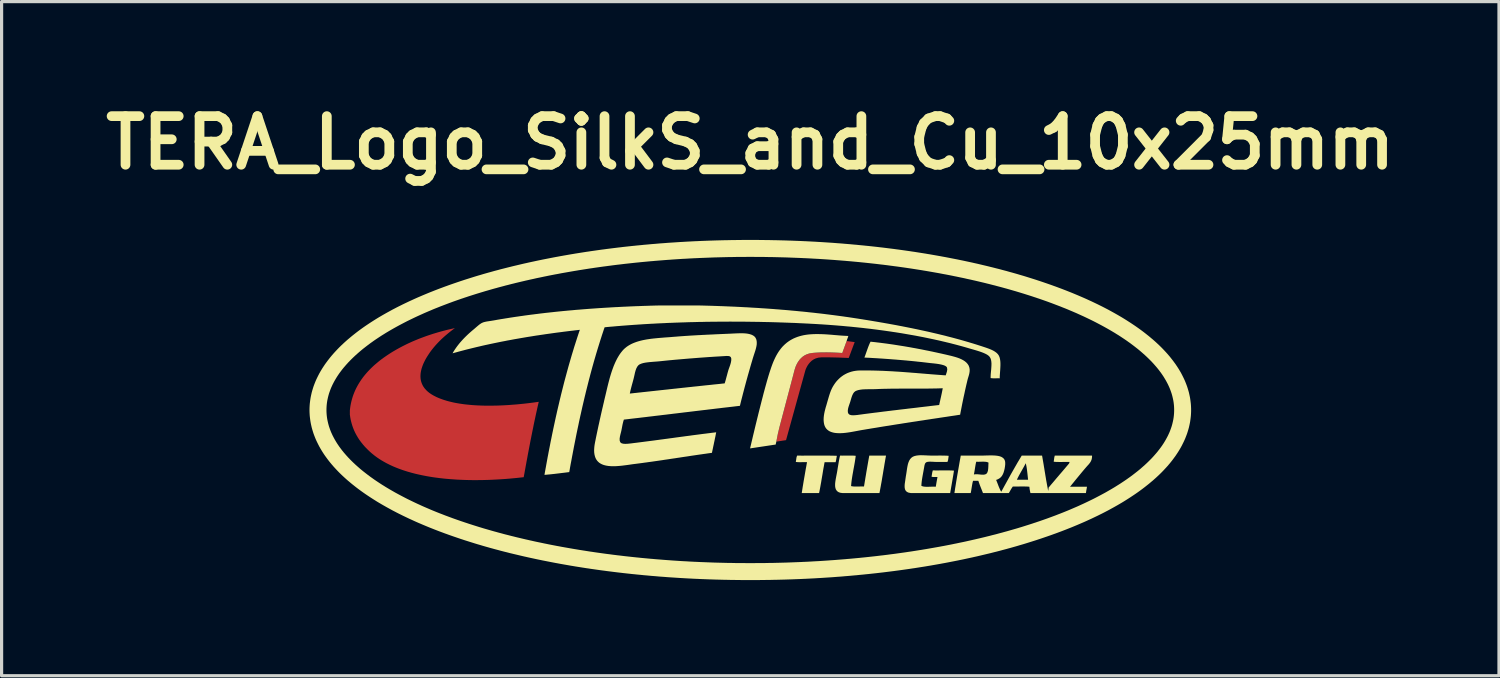
<source format=kicad_pcb>
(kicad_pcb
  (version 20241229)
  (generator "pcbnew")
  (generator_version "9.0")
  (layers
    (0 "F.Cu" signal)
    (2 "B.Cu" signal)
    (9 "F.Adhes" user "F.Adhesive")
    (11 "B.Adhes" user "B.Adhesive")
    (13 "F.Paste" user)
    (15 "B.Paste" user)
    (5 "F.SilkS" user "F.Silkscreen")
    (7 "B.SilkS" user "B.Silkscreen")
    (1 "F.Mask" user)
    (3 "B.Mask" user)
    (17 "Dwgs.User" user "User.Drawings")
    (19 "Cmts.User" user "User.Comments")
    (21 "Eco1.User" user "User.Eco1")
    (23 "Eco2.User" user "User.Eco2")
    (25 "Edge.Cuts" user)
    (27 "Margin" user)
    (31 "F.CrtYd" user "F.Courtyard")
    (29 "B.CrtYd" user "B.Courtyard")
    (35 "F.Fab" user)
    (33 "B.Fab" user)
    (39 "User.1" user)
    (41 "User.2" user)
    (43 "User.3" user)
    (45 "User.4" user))
  (footprint "TERA_Logo_SilkS_and_Cu_10x25mm"
    (layer "F.Cu")
    (at 20.48 9.808)
    (property "Reference" "TERA_Logo_SilkS_and_Cu_10x25mm" (at 0 -8.381 0) (layer "F.SilkS") (effects (font (size 1.524 1.524) (thickness 0.305))))
    (attr smd)
    (fp_poly (pts (xy 0.864 0.746) (xy 0.915 0.533) (xy 1.351 -1.116) (xy 1.357 -1.14) (xy 1.372 -1.199) (xy 1.394 -1.279) (xy 1.402 -1.303) (xy 1.413 -1.337) (xy 1.428 -1.377) (xy 1.449 -1.423) (xy 1.474 -1.472) (xy 1.506 -1.523) (xy 1.543 -1.575) (xy 1.588 -1.624) (xy 1.64 -1.671) (xy 1.7 -1.712) (xy 1.769 -1.746) (xy 1.847 -1.772) (xy 1.934 -1.788) (xy 2.022 -1.796) (xy 2.113 -1.802) (xy 2.205 -1.806) (xy 2.298 -1.807) (xy 2.388 -1.808) (xy 2.476 -1.807) (xy 2.559 -1.805) (xy 2.636 -1.802) (xy 2.705 -1.799) (xy 2.765 -1.796) (xy 2.815 -1.793) (xy 2.852 -1.79) (xy 2.875 -1.789) (xy 2.884 -1.788) (xy 3.021 -2.163) (xy 3.273 -2.13) (xy 3.087 -1.632) (xy 3.079 -1.632) (xy 3.055 -1.633) (xy 3.018 -1.635) (xy 2.969 -1.637) (xy 2.908 -1.639) (xy 2.839 -1.642) (xy 2.762 -1.645) (xy 2.679 -1.647) (xy 2.591 -1.649) (xy 2.5 -1.651) (xy 2.408 -1.652) (xy 2.316 -1.652) (xy 2.225 -1.651) (xy 2.135 -1.642) (xy 2.054 -1.619) (xy 1.985 -1.586) (xy 1.925 -1.544) (xy 1.874 -1.496) (xy 1.832 -1.446) (xy 1.797 -1.396) (xy 1.771 -1.349) (xy 1.751 -1.307) (xy 1.737 -1.274) (xy 1.73 -1.253) (xy 1.727 -1.245) (xy 1.121 0.945) (xy 0.816 0.992) (xy 0.864 0.746) (xy 0.864 0.746)) (stroke (width 0) (type solid)) (fill yes) (layer "F.Cu"))
    (fp_poly (pts (xy -6.635 -0.257) (xy -6.65 -0.191) (xy -6.665 -0.125) (xy -6.68 -0.059) (xy -6.694 0.007) (xy -6.709 0.073) (xy -6.724 0.14) (xy -6.738 0.207) (xy -6.752 0.273) (xy -6.767 0.34) (xy -6.781 0.407) (xy -6.795 0.474) (xy -6.808 0.541) (xy -6.822 0.608) (xy -6.836 0.676) (xy -6.849 0.743) (xy -6.863 0.811) (xy -6.876 0.878) (xy -6.89 0.946) (xy -6.903 1.014) (xy -6.916 1.082) (xy -6.929 1.15) (xy -6.942 1.218) (xy -6.955 1.286) (xy -6.968 1.354) (xy -6.981 1.422) (xy -6.993 1.49) (xy -7.006 1.559) (xy -7.019 1.627) (xy -7.031 1.696) (xy -7.044 1.764) (xy -7.056 1.833) (xy -7.069 1.901) (xy -7.081 1.97) (xy -7.094 2.038) (xy -7.106 2.107) (xy -7.18 2.115) (xy -7.253 2.123) (xy -7.327 2.131) (xy -7.401 2.138) (xy -7.476 2.145) (xy -7.55 2.152) (xy -7.625 2.158) (xy -7.699 2.164) (xy -7.774 2.169) (xy -7.849 2.174) (xy -7.923 2.178) (xy -7.998 2.182) (xy -8.073 2.186) (xy -8.148 2.189) (xy -8.223 2.192) (xy -8.297 2.194) (xy -8.372 2.196) (xy -8.447 2.197) (xy -8.521 2.198) (xy -8.595 2.199) (xy -8.67 2.199) (xy -8.744 2.198) (xy -8.817 2.197) (xy -8.891 2.195) (xy -8.965 2.193) (xy -9.038 2.19) (xy -9.111 2.187) (xy -9.183 2.184) (xy -9.256 2.179) (xy -9.328 2.174) (xy -9.4 2.169) (xy -9.471 2.163) (xy -9.542 2.157) (xy -9.613 2.15) (xy -9.683 2.142) (xy -9.753 2.134) (xy -9.822 2.125) (xy -9.891 2.116) (xy -9.96 2.106) (xy -10.028 2.095) (xy -10.095 2.084) (xy -10.162 2.072) (xy -10.228 2.059) (xy -10.294 2.046) (xy -10.359 2.032) (xy -10.424 2.018) (xy -10.488 2.003) (xy -10.551 1.987) (xy -10.614 1.971) (xy -10.676 1.953) (xy -10.738 1.936) (xy -10.798 1.917) (xy -10.858 1.898) (xy -10.917 1.878) (xy -10.976 1.857) (xy -11.033 1.836) (xy -11.09 1.814) (xy -11.146 1.791) (xy -11.201 1.768) (xy -11.255 1.743) (xy -11.309 1.718) (xy -11.361 1.692) (xy -11.413 1.666) (xy -11.463 1.638) (xy -11.513 1.61) (xy -11.562 1.581) (xy -11.609 1.552) (xy -11.656 1.521) (xy -11.702 1.49) (xy -11.746 1.458) (xy -11.79 1.425) (xy -11.832 1.391) (xy -11.874 1.357) (xy -11.922 1.315) (xy -11.969 1.271) (xy -12.015 1.226) (xy -12.06 1.18) (xy -12.104 1.133) (xy -12.146 1.084) (xy -12.187 1.033) (xy -12.227 0.981) (xy -12.265 0.928) (xy -12.301 0.873) (xy -12.335 0.816) (xy -12.368 0.757) (xy -12.399 0.697) (xy -12.427 0.635) (xy -12.453 0.571) (xy -12.477 0.505) (xy -12.498 0.438) (xy -12.517 0.368) (xy -12.534 0.297) (xy -12.547 0.224) (xy -12.558 0.148) (xy -12.558 0.009) (xy -12.549 -0.066) (xy -12.538 -0.139) (xy -12.524 -0.211) (xy -12.508 -0.281) (xy -12.489 -0.35) (xy -12.469 -0.417) (xy -12.446 -0.483) (xy -12.421 -0.547) (xy -12.394 -0.61) (xy -12.365 -0.672) (xy -12.334 -0.732) (xy -12.301 -0.791) (xy -12.267 -0.848) (xy -12.231 -0.904) (xy -12.194 -0.959) (xy -12.155 -1.013) (xy -12.115 -1.065) (xy -12.073 -1.116) (xy -12.031 -1.165) (xy -11.987 -1.214) (xy -11.942 -1.261) (xy -11.897 -1.307) (xy -11.85 -1.352) (xy -11.803 -1.396) (xy -11.755 -1.438) (xy -11.706 -1.479) (xy -11.657 -1.52) (xy -11.608 -1.559) (xy -11.558 -1.597) (xy -11.507 -1.634) (xy -11.457 -1.669) (xy -11.407 -1.704) (xy -11.356 -1.738) (xy -11.302 -1.773) (xy -11.247 -1.808) (xy -11.191 -1.842) (xy -11.134 -1.875) (xy -11.077 -1.908) (xy -11.019 -1.94) (xy -10.961 -1.971) (xy -10.902 -2.002) (xy -10.842 -2.032) (xy -10.782 -2.062) (xy -10.721 -2.091) (xy -10.66 -2.119) (xy -10.598 -2.147) (xy -10.535 -2.174) (xy -10.472 -2.2) (xy -10.409 -2.226) (xy -10.345 -2.251) (xy -10.28 -2.275) (xy -10.215 -2.299) (xy -10.15 -2.323) (xy -10.084 -2.345) (xy -10.018 -2.367) (xy -9.951 -2.389) (xy -9.884 -2.409) (xy -9.817 -2.429) (xy -9.749 -2.449) (xy -9.68 -2.468) (xy -9.612 -2.486) (xy -9.543 -2.504) (xy -9.474 -2.521) (xy -9.404 -2.537) (xy -9.334 -2.553) (xy -9.264 -2.568) (xy -9.319 -2.528) (xy -9.373 -2.487) (xy -9.427 -2.445) (xy -9.48 -2.402) (xy -9.532 -2.358) (xy -9.584 -2.314) (xy -9.635 -2.268) (xy -9.685 -2.222) (xy -9.734 -2.174) (xy -9.782 -2.125) (xy -9.829 -2.075) (xy -9.875 -2.024) (xy -9.92 -1.972) (xy -9.963 -1.919) (xy -10.006 -1.864) (xy -10.047 -1.808) (xy -10.086 -1.75) (xy -10.124 -1.692) (xy -10.161 -1.632) (xy -10.189 -1.582) (xy -10.216 -1.529) (xy -10.243 -1.474) (xy -10.268 -1.416) (xy -10.29 -1.355) (xy -10.31 -1.294) (xy -10.325 -1.231) (xy -10.337 -1.166) (xy -10.343 -1.102) (xy -10.344 -1.037) (xy -10.339 -0.972) (xy -10.327 -0.908) (xy -10.306 -0.842) (xy -10.279 -0.78) (xy -10.246 -0.723) (xy -10.207 -0.671) (xy -10.163 -0.622) (xy -10.115 -0.577) (xy -10.063 -0.535) (xy -10.007 -0.497) (xy -9.949 -0.462) (xy -9.888 -0.43) (xy -9.838 -0.405) (xy -9.786 -0.382) (xy -9.732 -0.36) (xy -9.677 -0.34) (xy -9.621 -0.32) (xy -9.563 -0.302) (xy -9.504 -0.284) (xy -9.443 -0.268) (xy -9.381 -0.253) (xy -9.319 -0.238) (xy -9.255 -0.225) (xy -9.19 -0.213) (xy -9.124 -0.202) (xy -9.057 -0.192) (xy -8.989 -0.182) (xy -8.921 -0.174) (xy -8.851 -0.167) (xy -8.781 -0.16) (xy -8.711 -0.154) (xy -8.639 -0.149) (xy -8.568 -0.145) (xy -8.495 -0.142) (xy -8.423 -0.139) (xy -8.35 -0.137) (xy -8.276 -0.136) (xy -8.203 -0.136) (xy -8.129 -0.136) (xy -8.055 -0.137) (xy -7.981 -0.138) (xy -7.907 -0.14) (xy -7.833 -0.143) (xy -7.759 -0.146) (xy -7.685 -0.15) (xy -7.612 -0.154) (xy -7.539 -0.159) (xy -7.466 -0.165) (xy -7.393 -0.17) (xy -7.321 -0.176) (xy -7.249 -0.183) (xy -7.178 -0.19) (xy -7.107 -0.197) (xy -7.037 -0.205) (xy -6.968 -0.213) (xy -6.9 -0.221) (xy -6.832 -0.23) (xy -6.765 -0.239) (xy -6.699 -0.248) (xy -6.635 -0.257)) (stroke (width 0) (type solid)) (fill yes) (layer "F.Cu"))
    (fp_poly (pts (xy 2.715 1.436) (xy 2.702 1.502) (xy 2.691 1.572) (xy 2.676 1.636) (xy 2.33 1.636) (xy 2.317 1.704) (xy 2.305 1.773) (xy 2.292 1.842) (xy 2.28 1.912) (xy 2.269 1.982) (xy 2.257 2.052) (xy 2.245 2.122) (xy 2.233 2.192) (xy 2.222 2.261) (xy 2.209 2.331) (xy 2.197 2.4) (xy 2.184 2.469) (xy 2.171 2.537) (xy 2.157 2.605) (xy 1.613 2.605) (xy 1.624 2.535) (xy 1.635 2.465) (xy 1.646 2.395) (xy 1.658 2.325) (xy 1.669 2.256) (xy 1.681 2.186) (xy 1.693 2.117) (xy 1.705 2.048) (xy 1.717 1.979) (xy 1.729 1.91) (xy 1.741 1.841) (xy 1.754 1.773) (xy 1.766 1.704) (xy 1.779 1.636) (xy 1.72 1.635) (xy 1.66 1.635) (xy 1.599 1.636) (xy 1.539 1.637) (xy 1.481 1.634) (xy 1.427 1.629) (xy 1.438 1.56) (xy 1.448 1.49) (xy 1.467 1.43) (xy 1.536 1.43) (xy 1.605 1.431) (xy 1.675 1.431) (xy 1.745 1.43) (xy 1.815 1.43) (xy 1.885 1.43) (xy 1.955 1.43) (xy 2.025 1.429) (xy 2.095 1.429) (xy 2.165 1.429) (xy 2.235 1.429) (xy 2.305 1.429) (xy 2.374 1.429) (xy 2.443 1.43) (xy 2.512 1.431) (xy 2.58 1.432) (xy 2.648 1.434) (xy 2.715 1.436) (xy 2.715 1.436)) (stroke (width 0) (type solid)) (fill yes) (layer "F.SilkS"))
    (fp_poly (pts (xy 3.731 1.43) (xy 4.256 1.43) (xy 4.243 1.498) (xy 4.231 1.567) (xy 4.219 1.637) (xy 4.207 1.706) (xy 4.196 1.776) (xy 4.184 1.845) (xy 4.172 1.915) (xy 4.161 1.984) (xy 4.149 2.054) (xy 4.137 2.124) (xy 4.126 2.193) (xy 4.114 2.262) (xy 4.101 2.331) (xy 4.089 2.4) (xy 4.076 2.469) (xy 4.063 2.537) (xy 4.05 2.605) (xy 2.894 2.605) (xy 2.831 2.597) (xy 2.779 2.581) (xy 2.738 2.557) (xy 2.707 2.526) (xy 2.684 2.49) (xy 2.669 2.447) (xy 2.661 2.4) (xy 2.659 2.349) (xy 2.661 2.295) (xy 2.668 2.238) (xy 2.677 2.179) (xy 2.688 2.12) (xy 2.699 2.06) (xy 2.711 2) (xy 2.722 1.941) (xy 2.734 1.869) (xy 2.745 1.798) (xy 2.757 1.729) (xy 2.768 1.662) (xy 2.779 1.598) (xy 2.79 1.538) (xy 2.802 1.482) (xy 2.815 1.43) (xy 2.885 1.431) (xy 2.957 1.43) (xy 3.029 1.429) (xy 3.101 1.429) (xy 3.171 1.429) (xy 3.24 1.431) (xy 3.306 1.436) (xy 3.297 1.505) (xy 3.287 1.573) (xy 3.276 1.642) (xy 3.264 1.71) (xy 3.252 1.777) (xy 3.239 1.845) (xy 3.227 1.913) (xy 3.215 1.981) (xy 3.203 2.048) (xy 3.192 2.116) (xy 3.182 2.183) (xy 3.173 2.251) (xy 3.166 2.318) (xy 3.16 2.386) (xy 3.219 2.397) (xy 3.285 2.401) (xy 3.355 2.401) (xy 3.426 2.399) (xy 3.497 2.398) (xy 3.565 2.399) (xy 3.577 2.329) (xy 3.588 2.26) (xy 3.6 2.19) (xy 3.611 2.121) (xy 3.623 2.051) (xy 3.634 1.982) (xy 3.646 1.912) (xy 3.658 1.843) (xy 3.67 1.774) (xy 3.682 1.705) (xy 3.694 1.636) (xy 3.706 1.567) (xy 3.719 1.498) (xy 3.731 1.43) (xy 3.731 1.43)) (stroke (width 0) (type solid)) (fill yes) (layer "F.SilkS"))
    (fp_poly (pts (xy 6.387 1.901) (xy 6.377 1.966) (xy 6.367 2.03) (xy 6.356 2.094) (xy 6.345 2.158) (xy 6.334 2.222) (xy 6.323 2.286) (xy 6.312 2.35) (xy 6.301 2.413) (xy 6.29 2.477) (xy 6.279 2.541) (xy 6.268 2.605) (xy 5.039 2.605) (xy 4.968 2.593) (xy 4.915 2.57) (xy 4.878 2.537) (xy 4.854 2.494) (xy 4.842 2.443) (xy 4.839 2.384) (xy 4.843 2.318) (xy 4.854 2.246) (xy 4.862 2.19) (xy 4.87 2.134) (xy 4.878 2.079) (xy 4.887 2.027) (xy 4.898 1.958) (xy 4.908 1.889) (xy 4.918 1.821) (xy 4.93 1.756) (xy 4.944 1.693) (xy 4.963 1.635) (xy 4.986 1.583) (xy 5.015 1.536) (xy 5.052 1.497) (xy 5.097 1.465) (xy 5.152 1.443) (xy 5.214 1.429) (xy 5.278 1.421) (xy 5.345 1.418) (xy 5.412 1.419) (xy 5.481 1.422) (xy 5.549 1.425) (xy 5.617 1.428) (xy 5.684 1.43) (xy 5.749 1.429) (xy 5.815 1.429) (xy 5.881 1.429) (xy 5.947 1.428) (xy 6.014 1.429) (xy 6.081 1.43) (xy 6.151 1.432) (xy 6.221 1.436) (xy 6.212 1.505) (xy 6.202 1.572) (xy 6.182 1.629) (xy 5.843 1.629) (xy 5.773 1.626) (xy 5.699 1.622) (xy 5.627 1.62) (xy 5.563 1.625) (xy 5.511 1.642) (xy 5.479 1.681) (xy 5.462 1.738) (xy 5.451 1.802) (xy 5.439 1.868) (xy 5.427 1.934) (xy 5.415 1.999) (xy 5.403 2.065) (xy 5.392 2.129) (xy 5.382 2.193) (xy 5.374 2.256) (xy 5.368 2.318) (xy 5.365 2.379) (xy 5.415 2.397) (xy 5.474 2.406) (xy 5.54 2.409) (xy 5.61 2.407) (xy 5.681 2.405) (xy 5.751 2.403) (xy 5.816 2.406) (xy 5.827 2.344) (xy 5.837 2.283) (xy 5.848 2.222) (xy 5.859 2.162) (xy 5.87 2.1) (xy 5.806 2.1) (xy 5.74 2.101) (xy 5.684 2.094) (xy 5.695 2.026) (xy 5.706 1.957) (xy 5.723 1.894) (xy 5.79 1.895) (xy 5.857 1.895) (xy 5.924 1.895) (xy 5.992 1.894) (xy 6.06 1.894) (xy 6.127 1.893) (xy 6.194 1.894) (xy 6.26 1.895) (xy 6.324 1.897) (xy 6.387 1.901) (xy 6.387 1.901)) (stroke (width 0) (type solid)) (fill yes) (layer "F.SilkS"))
    (fp_poly (pts (xy 0.796 1.083) (xy -0.007 1.204) (xy -0.006 1.2) (xy -0.003 1.187) (xy 0.001 1.167) (xy 0.008 1.139) (xy 0.016 1.104) (xy 0.026 1.062) (xy 0.037 1.015) (xy 0.05 0.961) (xy 0.064 0.902) (xy 0.079 0.838) (xy 0.095 0.77) (xy 0.113 0.697) (xy 0.131 0.621) (xy 0.15 0.542) (xy 0.17 0.459) (xy 0.191 0.374) (xy 0.212 0.287) (xy 0.234 0.199) (xy 0.256 0.109) (xy 0.279 0.018) (xy 0.302 -0.073) (xy 0.325 -0.164) (xy 0.348 -0.254) (xy 0.371 -0.344) (xy 0.394 -0.432) (xy 0.416 -0.519) (xy 0.439 -0.604) (xy 0.461 -0.686) (xy 0.483 -0.765) (xy 0.504 -0.841) (xy 0.524 -0.913) (xy 0.544 -0.981) (xy 0.565 -1.053) (xy 0.587 -1.125) (xy 0.609 -1.195) (xy 0.632 -1.264) (xy 0.655 -1.333) (xy 0.679 -1.4) (xy 0.704 -1.466) (xy 0.73 -1.53) (xy 0.758 -1.592) (xy 0.787 -1.653) (xy 0.818 -1.713) (xy 0.851 -1.77) (xy 0.886 -1.826) (xy 0.923 -1.879) (xy 0.962 -1.93) (xy 1.003 -1.979) (xy 1.047 -2.024) (xy 1.092 -2.067) (xy 1.14 -2.108) (xy 1.19 -2.145) (xy 1.242 -2.18) (xy 1.297 -2.212) (xy 1.354 -2.242) (xy 1.414 -2.268) (xy 1.476 -2.292) (xy 1.541 -2.313) (xy 1.608 -2.331) (xy 1.678 -2.347) (xy 1.751 -2.359) (xy 1.827 -2.369) (xy 1.905 -2.375) (xy 1.977 -2.379) (xy 2.049 -2.381) (xy 2.119 -2.381) (xy 2.189 -2.38) (xy 2.258 -2.378) (xy 2.327 -2.375) (xy 2.396 -2.371) (xy 2.464 -2.366) (xy 2.532 -2.361) (xy 2.599 -2.355) (xy 2.667 -2.349) (xy 2.734 -2.344) (xy 2.802 -2.338) (xy 2.87 -2.333) (xy 2.937 -2.329) (xy 3.006 -2.325) (xy 3.074 -2.322) (xy 3.057 -2.268) (xy 3.038 -2.217) (xy 3.021 -2.163) (xy 2.884 -1.788) (xy 2.875 -1.789) (xy 2.852 -1.79) (xy 2.815 -1.793) (xy 2.765 -1.796) (xy 2.705 -1.799) (xy 2.636 -1.802) (xy 2.559 -1.805) (xy 2.476 -1.807) (xy 2.388 -1.808) (xy 2.298 -1.807) (xy 2.205 -1.806) (xy 2.113 -1.802) (xy 2.022 -1.796) (xy 1.934 -1.788) (xy 1.847 -1.772) (xy 1.769 -1.746) (xy 1.7 -1.712) (xy 1.64 -1.671) (xy 1.588 -1.624) (xy 1.543 -1.575) (xy 1.506 -1.523) (xy 1.474 -1.472) (xy 1.449 -1.423) (xy 1.428 -1.377) (xy 1.413 -1.337) (xy 1.402 -1.303) (xy 1.394 -1.279) (xy 1.372 -1.199) (xy 1.357 -1.14) (xy 1.351 -1.116) (xy 0.915 0.533) (xy 0.864 0.746) (xy 0.816 0.992) (xy 0.803 1.048) (xy 0.796 1.083)) (stroke (width 0) (type solid)) (fill yes) (layer "F.SilkS"))
    (fp_poly (pts (xy 10.717 1.43) (xy 10.717 1.47) (xy 10.707 1.541) (xy 10.684 1.602) (xy 10.651 1.656) (xy 10.612 1.705) (xy 10.569 1.752) (xy 10.525 1.802) (xy 10.482 1.852) (xy 10.44 1.902) (xy 10.398 1.952) (xy 10.356 2.003) (xy 10.314 2.054) (xy 10.272 2.105) (xy 10.23 2.156) (xy 10.189 2.206) (xy 10.148 2.257) (xy 10.107 2.307) (xy 10.067 2.357) (xy 10.026 2.406) (xy 10.558 2.406) (xy 10.547 2.473) (xy 10.535 2.538) (xy 10.525 2.605) (xy 8.785 2.605) (xy 8.704 2.12) (xy 8.697 2.053) (xy 8.69 1.986) (xy 8.682 1.92) (xy 8.674 1.855) (xy 8.664 1.791) (xy 8.652 1.729) (xy 8.638 1.669) (xy 8.608 1.727) (xy 8.577 1.784) (xy 8.545 1.841) (xy 8.513 1.898) (xy 8.481 1.954) (xy 8.449 2.011) (xy 8.418 2.068) (xy 8.388 2.127) (xy 8.359 2.187) (xy 8.711 2.187) (xy 8.704 2.12) (xy 8.785 2.605) (xy 8.771 2.541) (xy 8.759 2.476) (xy 8.752 2.406) (xy 8.691 2.401) (xy 8.627 2.399) (xy 8.562 2.398) (xy 8.497 2.398) (xy 8.43 2.399) (xy 8.364 2.4) (xy 8.298 2.4) (xy 8.233 2.399) (xy 8.199 2.448) (xy 8.168 2.5) (xy 8.138 2.553) (xy 8.107 2.605) (xy 7.297 2.605) (xy 7.404 2.001) (xy 7.433 1.961) (xy 7.452 1.905) (xy 7.461 1.838) (xy 7.465 1.768) (xy 7.467 1.703) (xy 7.47 1.649) (xy 7.42 1.63) (xy 7.36 1.622) (xy 7.293 1.62) (xy 7.222 1.622) (xy 7.151 1.624) (xy 7.085 1.622) (xy 7.07 1.686) (xy 7.058 1.752) (xy 7.047 1.82) (xy 7.036 1.888) (xy 7.025 1.955) (xy 7.012 2.021) (xy 7.073 2.014) (xy 7.135 2.016) (xy 7.197 2.022) (xy 7.257 2.028) (xy 7.313 2.029) (xy 7.362 2.021) (xy 7.404 2.001) (xy 7.404 2.001) (xy 7.297 2.605) (xy 7.272 2.541) (xy 7.247 2.478) (xy 7.222 2.415) (xy 7.197 2.351) (xy 7.174 2.286) (xy 7.151 2.22) (xy 6.985 2.22) (xy 6.969 2.281) (xy 6.957 2.344) (xy 6.946 2.41) (xy 6.935 2.476) (xy 6.925 2.541) (xy 6.912 2.605) (xy 6.401 2.605) (xy 6.412 2.535) (xy 6.422 2.465) (xy 6.434 2.395) (xy 6.445 2.326) (xy 6.456 2.256) (xy 6.468 2.187) (xy 6.479 2.118) (xy 6.491 2.049) (xy 6.503 1.98) (xy 6.515 1.911) (xy 6.527 1.842) (xy 6.539 1.773) (xy 6.551 1.704) (xy 6.563 1.635) (xy 6.575 1.567) (xy 6.588 1.498) (xy 6.6 1.43) (xy 7.244 1.43) (xy 7.31 1.429) (xy 7.378 1.427) (xy 7.447 1.425) (xy 7.515 1.424) (xy 7.582 1.424) (xy 7.647 1.426) (xy 7.709 1.431) (xy 7.767 1.439) (xy 7.821 1.451) (xy 7.869 1.468) (xy 7.91 1.492) (xy 7.945 1.521) (xy 7.971 1.558) (xy 7.988 1.602) (xy 7.994 1.649) (xy 7.994 1.707) (xy 7.987 1.771) (xy 7.976 1.838) (xy 7.96 1.904) (xy 7.942 1.964) (xy 7.921 2.014) (xy 7.891 2.067) (xy 7.856 2.109) (xy 7.814 2.143) (xy 7.765 2.171) (xy 7.709 2.193) (xy 7.735 2.256) (xy 7.76 2.32) (xy 7.784 2.384) (xy 7.81 2.446) (xy 7.838 2.507) (xy 7.868 2.565) (xy 7.902 2.505) (xy 7.935 2.444) (xy 7.968 2.384) (xy 8.001 2.324) (xy 8.035 2.263) (xy 8.068 2.203) (xy 8.101 2.143) (xy 8.135 2.082) (xy 8.168 2.022) (xy 8.202 1.962) (xy 8.236 1.902) (xy 8.27 1.843) (xy 8.304 1.783) (xy 8.338 1.724) (xy 8.372 1.664) (xy 8.407 1.605) (xy 8.442 1.547) (xy 8.477 1.488) (xy 8.512 1.43) (xy 9.15 1.43) (xy 9.162 1.499) (xy 9.174 1.568) (xy 9.186 1.638) (xy 9.198 1.707) (xy 9.209 1.777) (xy 9.221 1.847) (xy 9.232 1.917) (xy 9.244 1.987) (xy 9.255 2.057) (xy 9.267 2.127) (xy 9.278 2.196) (xy 9.291 2.265) (xy 9.303 2.334) (xy 9.316 2.403) (xy 9.329 2.471) (xy 9.342 2.539) (xy 9.35 2.486) (xy 9.356 2.432) (xy 9.397 2.383) (xy 9.439 2.333) (xy 9.482 2.283) (xy 9.525 2.232) (xy 9.568 2.181) (xy 9.611 2.13) (xy 9.655 2.079) (xy 9.698 2.028) (xy 9.742 1.977) (xy 9.785 1.927) (xy 9.828 1.876) (xy 9.87 1.827) (xy 9.912 1.777) (xy 9.953 1.729) (xy 9.997 1.676) (xy 10.013 1.629) (xy 9.951 1.628) (xy 9.888 1.628) (xy 9.824 1.629) (xy 9.76 1.63) (xy 9.697 1.63) (xy 9.634 1.629) (xy 9.574 1.627) (xy 9.515 1.622) (xy 9.524 1.556) (xy 9.533 1.49) (xy 9.548 1.43) (xy 10.717 1.43) (xy 10.717 1.43)) (stroke (width 0) (type solid)) (fill yes) (layer "F.SilkS"))
    (fp_poly (pts (xy 6.879 -1.28) (xy 5.923 -0.157) (xy 5.937 -0.223) (xy 5.952 -0.288) (xy 5.966 -0.353) (xy 5.981 -0.418) (xy 5.995 -0.483) (xy 6.009 -0.549) (xy 6.022 -0.615) (xy 6.035 -0.682) (xy 5.97 -0.68) (xy 5.903 -0.678) (xy 5.836 -0.676) (xy 5.769 -0.675) (xy 5.701 -0.674) (xy 5.632 -0.673) (xy 5.563 -0.672) (xy 5.493 -0.672) (xy 5.423 -0.672) (xy 5.353 -0.671) (xy 5.282 -0.671) (xy 5.212 -0.671) (xy 5.141 -0.671) (xy 5.069 -0.671) (xy 4.998 -0.671) (xy 4.926 -0.671) (xy 4.855 -0.671) (xy 4.783 -0.671) (xy 4.712 -0.671) (xy 4.64 -0.67) (xy 4.569 -0.67) (xy 4.498 -0.669) (xy 4.426 -0.669) (xy 4.356 -0.667) (xy 4.285 -0.666) (xy 4.215 -0.665) (xy 4.145 -0.663) (xy 4.075 -0.661) (xy 4.006 -0.658) (xy 3.937 -0.655) (xy 3.865 -0.653) (xy 3.793 -0.652) (xy 3.72 -0.652) (xy 3.649 -0.651) (xy 3.58 -0.649) (xy 3.513 -0.645) (xy 3.45 -0.637) (xy 3.392 -0.626) (xy 3.339 -0.61) (xy 3.293 -0.589) (xy 3.254 -0.556) (xy 3.222 -0.51) (xy 3.195 -0.453) (xy 3.173 -0.39) (xy 3.153 -0.323) (xy 3.134 -0.257) (xy 3.118 -0.21) (xy 3.099 -0.155) (xy 3.079 -0.095) (xy 3.064 -0.035) (xy 3.057 0.024) (xy 3.061 0.077) (xy 3.081 0.121) (xy 3.116 0.148) (xy 3.167 0.162) (xy 3.228 0.166) (xy 3.293 0.162) (xy 3.357 0.156) (xy 3.413 0.148) (xy 3.483 0.139) (xy 3.553 0.129) (xy 3.624 0.12) (xy 3.694 0.111) (xy 3.764 0.102) (xy 3.835 0.093) (xy 3.905 0.084) (xy 3.975 0.076) (xy 4.045 0.067) (xy 4.115 0.058) (xy 4.185 0.049) (xy 4.255 0.041) (xy 4.324 0.032) (xy 4.394 0.024) (xy 4.464 0.015) (xy 4.534 0.007) (xy 4.603 -0.001) (xy 4.673 -0.01) (xy 4.742 -0.018) (xy 4.812 -0.026) (xy 4.882 -0.034) (xy 4.951 -0.043) (xy 5.021 -0.051) (xy 5.09 -0.059) (xy 5.159 -0.067) (xy 5.229 -0.075) (xy 5.298 -0.084) (xy 5.368 -0.092) (xy 5.437 -0.1) (xy 5.506 -0.108) (xy 5.576 -0.116) (xy 5.645 -0.125) (xy 5.715 -0.133) (xy 5.784 -0.141) (xy 5.853 -0.149) (xy 5.923 -0.157) (xy 5.923 -0.157) (xy 6.879 -1.28) (xy 6.879 -1.22) (xy 6.871 -1.159) (xy 6.857 -1.099) (xy 6.839 -1.039) (xy 6.821 -0.98) (xy 6.806 -0.921) (xy 6.791 -0.856) (xy 6.775 -0.791) (xy 6.76 -0.724) (xy 6.745 -0.658) (xy 6.73 -0.591) (xy 6.716 -0.523) (xy 6.701 -0.456) (xy 6.686 -0.388) (xy 6.672 -0.32) (xy 6.658 -0.252) (xy 6.644 -0.184) (xy 6.631 -0.117) (xy 6.618 -0.05) (xy 6.605 0.017) (xy 6.592 0.083) (xy 6.58 0.148) (xy 6.511 0.158) (xy 6.443 0.169) (xy 6.374 0.179) (xy 6.306 0.189) (xy 6.238 0.199) (xy 6.169 0.21) (xy 6.101 0.22) (xy 6.033 0.23) (xy 5.965 0.24) (xy 5.897 0.251) (xy 5.829 0.261) (xy 5.761 0.271) (xy 5.693 0.281) (xy 5.625 0.292) (xy 5.558 0.302) (xy 5.49 0.312) (xy 5.422 0.323) (xy 5.354 0.333) (xy 5.286 0.343) (xy 5.219 0.354) (xy 5.151 0.364) (xy 5.083 0.374) (xy 5.015 0.385) (xy 4.948 0.395) (xy 4.88 0.406) (xy 4.812 0.416) (xy 4.744 0.427) (xy 4.676 0.438) (xy 4.608 0.448) (xy 4.54 0.459) (xy 4.472 0.47) (xy 4.404 0.481) (xy 4.336 0.492) (xy 4.268 0.502) (xy 4.199 0.513) (xy 4.131 0.524) (xy 4.063 0.535) (xy 3.994 0.547) (xy 3.926 0.558) (xy 3.857 0.569) (xy 3.788 0.58) (xy 3.719 0.592) (xy 3.65 0.603) (xy 3.581 0.615) (xy 3.512 0.626) (xy 3.46 0.635) (xy 3.406 0.645) (xy 3.349 0.656) (xy 3.29 0.667) (xy 3.23 0.678) (xy 3.169 0.689) (xy 3.108 0.699) (xy 3.046 0.708) (xy 2.984 0.716) (xy 2.922 0.722) (xy 2.861 0.726) (xy 2.801 0.727) (xy 2.743 0.726) (xy 2.687 0.722) (xy 2.633 0.715) (xy 2.582 0.703) (xy 2.534 0.688) (xy 2.489 0.669) (xy 2.448 0.644) (xy 2.412 0.615) (xy 2.379 0.58) (xy 2.352 0.54) (xy 2.33 0.493) (xy 2.314 0.44) (xy 2.304 0.38) (xy 2.299 0.312) (xy 2.301 0.243) (xy 2.308 0.175) (xy 2.319 0.107) (xy 2.333 0.04) (xy 2.35 -0.026) (xy 2.367 -0.09) (xy 2.386 -0.151) (xy 2.403 -0.211) (xy 2.423 -0.281) (xy 2.443 -0.349) (xy 2.462 -0.415) (xy 2.482 -0.479) (xy 2.503 -0.542) (xy 2.526 -0.603) (xy 2.552 -0.663) (xy 2.582 -0.722) (xy 2.616 -0.778) (xy 2.652 -0.832) (xy 2.69 -0.883) (xy 2.732 -0.931) (xy 2.776 -0.976) (xy 2.823 -1.019) (xy 2.873 -1.058) (xy 2.925 -1.094) (xy 2.981 -1.126) (xy 3.039 -1.155) (xy 3.1 -1.179) (xy 3.163 -1.2) (xy 3.23 -1.217) (xy 3.299 -1.229) (xy 3.371 -1.237) (xy 3.446 -1.24) (xy 3.52 -1.24) (xy 3.594 -1.241) (xy 3.668 -1.24) (xy 3.741 -1.24) (xy 3.813 -1.238) (xy 3.886 -1.237) (xy 3.957 -1.235) (xy 4.029 -1.233) (xy 4.1 -1.23) (xy 4.171 -1.228) (xy 4.241 -1.224) (xy 4.311 -1.221) (xy 4.381 -1.217) (xy 4.45 -1.214) (xy 4.52 -1.209) (xy 4.589 -1.205) (xy 4.657 -1.201) (xy 4.726 -1.196) (xy 4.794 -1.191) (xy 4.862 -1.186) (xy 4.929 -1.181) (xy 4.997 -1.176) (xy 5.064 -1.17) (xy 5.131 -1.165) (xy 5.198 -1.16) (xy 5.265 -1.154) (xy 5.332 -1.149) (xy 5.399 -1.143) (xy 5.465 -1.138) (xy 5.532 -1.132) (xy 5.598 -1.127) (xy 5.665 -1.121) (xy 5.731 -1.116) (xy 5.797 -1.111) (xy 5.863 -1.106) (xy 5.93 -1.101) (xy 5.996 -1.096) (xy 6.062 -1.091) (xy 6.128 -1.087) (xy 6.146 -1.142) (xy 6.166 -1.205) (xy 6.177 -1.27) (xy 6.168 -1.333) (xy 6.146 -1.362) (xy 6.106 -1.388) (xy 6.051 -1.409) (xy 5.986 -1.426) (xy 5.914 -1.44) (xy 5.84 -1.451) (xy 5.765 -1.46) (xy 5.696 -1.467) (xy 5.634 -1.473) (xy 5.584 -1.479) (xy 5.517 -1.487) (xy 5.449 -1.495) (xy 5.382 -1.503) (xy 5.313 -1.51) (xy 5.245 -1.517) (xy 5.176 -1.525) (xy 5.107 -1.532) (xy 5.038 -1.539) (xy 4.968 -1.545) (xy 4.899 -1.552) (xy 4.829 -1.558) (xy 4.759 -1.564) (xy 4.689 -1.57) (xy 4.619 -1.576) (xy 4.548 -1.582) (xy 4.478 -1.587) (xy 4.408 -1.593) (xy 4.338 -1.598) (xy 4.268 -1.603) (xy 4.198 -1.608) (xy 4.128 -1.613) (xy 4.059 -1.617) (xy 3.989 -1.622) (xy 3.92 -1.626) (xy 3.851 -1.63) (xy 3.782 -1.634) (xy 3.714 -1.638) (xy 3.646 -1.641) (xy 3.578 -1.645) (xy 3.602 -1.707) (xy 3.625 -1.773) (xy 3.649 -1.841) (xy 3.673 -1.908) (xy 3.697 -1.974) (xy 3.722 -2.037) (xy 3.746 -2.093) (xy 3.771 -2.143) (xy 3.841 -2.135) (xy 3.911 -2.128) (xy 3.982 -2.119) (xy 4.052 -2.111) (xy 4.122 -2.102) (xy 4.192 -2.093) (xy 4.262 -2.084) (xy 4.332 -2.074) (xy 4.403 -2.064) (xy 4.473 -2.054) (xy 4.543 -2.043) (xy 4.613 -2.032) (xy 4.682 -2.021) (xy 4.752 -2.01) (xy 4.822 -1.999) (xy 4.891 -1.987) (xy 4.961 -1.975) (xy 5.03 -1.963) (xy 5.099 -1.95) (xy 5.168 -1.938) (xy 5.237 -1.925) (xy 5.305 -1.912) (xy 5.374 -1.899) (xy 5.442 -1.885) (xy 5.51 -1.871) (xy 5.578 -1.858) (xy 5.645 -1.844) (xy 5.713 -1.83) (xy 5.78 -1.815) (xy 5.847 -1.801) (xy 5.913 -1.786) (xy 5.979 -1.772) (xy 6.045 -1.757) (xy 6.111 -1.742) (xy 6.176 -1.727) (xy 6.242 -1.711) (xy 6.303 -1.697) (xy 6.366 -1.68) (xy 6.431 -1.662) (xy 6.495 -1.642) (xy 6.558 -1.619) (xy 6.619 -1.592) (xy 6.676 -1.562) (xy 6.728 -1.528) (xy 6.775 -1.489) (xy 6.814 -1.445) (xy 6.846 -1.396) (xy 6.867 -1.341) (xy 6.879 -1.28)) (stroke (width 0) (type solid)) (fill yes) (layer "F.SilkS"))
    (fp_poly (pts (xy 0.185 -2.222) (xy -0.691 -1.24) (xy -0.677 -1.283) (xy -0.656 -1.341) (xy -0.632 -1.409) (xy -0.611 -1.48) (xy -0.598 -1.55) (xy -0.596 -1.611) (xy -0.612 -1.658) (xy -0.642 -1.683) (xy -0.687 -1.693) (xy -0.742 -1.695) (xy -0.804 -1.691) (xy -0.871 -1.687) (xy -0.937 -1.683) (xy -1.005 -1.679) (xy -1.072 -1.675) (xy -1.14 -1.671) (xy -1.209 -1.666) (xy -1.278 -1.662) (xy -1.347 -1.657) (xy -1.416 -1.652) (xy -1.485 -1.647) (xy -1.555 -1.642) (xy -1.625 -1.637) (xy -1.695 -1.631) (xy -1.765 -1.626) (xy -1.835 -1.62) (xy -1.905 -1.615) (xy -1.975 -1.609) (xy -2.045 -1.603) (xy -2.116 -1.597) (xy -2.186 -1.591) (xy -2.256 -1.585) (xy -2.325 -1.579) (xy -2.395 -1.573) (xy -2.465 -1.566) (xy -2.534 -1.56) (xy -2.603 -1.553) (xy -2.672 -1.546) (xy -2.74 -1.539) (xy -2.808 -1.532) (xy -2.876 -1.525) (xy -2.938 -1.52) (xy -3.006 -1.515) (xy -3.078 -1.509) (xy -3.151 -1.503) (xy -3.224 -1.495) (xy -3.294 -1.485) (xy -3.359 -1.472) (xy -3.418 -1.454) (xy -3.468 -1.433) (xy -3.507 -1.406) (xy -3.544 -1.361) (xy -3.574 -1.305) (xy -3.597 -1.242) (xy -3.616 -1.174) (xy -3.631 -1.106) (xy -3.646 -1.04) (xy -3.66 -0.981) (xy -3.678 -0.913) (xy -3.696 -0.847) (xy -3.714 -0.783) (xy -3.731 -0.719) (xy -3.748 -0.653) (xy -3.764 -0.586) (xy -3.779 -0.516) (xy -3.71 -0.523) (xy -3.641 -0.531) (xy -3.572 -0.538) (xy -3.503 -0.546) (xy -3.434 -0.553) (xy -3.365 -0.561) (xy -3.296 -0.568) (xy -3.226 -0.576) (xy -3.157 -0.583) (xy -3.088 -0.591) (xy -3.019 -0.598) (xy -2.95 -0.606) (xy -2.881 -0.613) (xy -2.812 -0.621) (xy -2.743 -0.628) (xy -2.674 -0.636) (xy -2.604 -0.643) (xy -2.535 -0.651) (xy -2.466 -0.658) (xy -2.397 -0.666) (xy -2.328 -0.673) (xy -2.259 -0.681) (xy -2.19 -0.688) (xy -2.121 -0.696) (xy -2.051 -0.703) (xy -1.982 -0.711) (xy -1.913 -0.718) (xy -1.844 -0.725) (xy -1.775 -0.733) (xy -1.705 -0.74) (xy -1.636 -0.747) (xy -1.567 -0.755) (xy -1.498 -0.762) (xy -1.428 -0.77) (xy -1.359 -0.777) (xy -1.29 -0.784) (xy -1.22 -0.791) (xy -1.151 -0.799) (xy -1.082 -0.806) (xy -1.012 -0.813) (xy -0.943 -0.82) (xy -0.874 -0.828) (xy -0.804 -0.835) (xy -0.783 -0.903) (xy -0.765 -0.967) (xy -0.748 -1.031) (xy -0.73 -1.097) (xy -0.712 -1.165) (xy -0.691 -1.24) (xy 0.185 -2.222) (xy 0.199 -2.166) (xy 0.203 -2.107) (xy 0.2 -2.046) (xy 0.189 -1.984) (xy 0.174 -1.921) (xy 0.156 -1.859) (xy 0.136 -1.798) (xy 0.117 -1.74) (xy 0.099 -1.685) (xy 0.079 -1.621) (xy 0.06 -1.555) (xy 0.04 -1.489) (xy 0.02 -1.421) (xy 0.000369 -1.353) (xy -0.019 -1.284) (xy -0.039 -1.214) (xy -0.059 -1.144) (xy -0.079 -1.074) (xy -0.098 -1.004) (xy -0.118 -0.933) (xy -0.137 -0.863) (xy -0.156 -0.792) (xy -0.175 -0.722) (xy -0.193 -0.653) (xy -0.211 -0.584) (xy -0.229 -0.516) (xy -0.246 -0.449) (xy -0.263 -0.383) (xy -0.28 -0.318) (xy -0.296 -0.254) (xy -0.311 -0.192) (xy -0.326 -0.131) (xy -0.396 -0.123) (xy -0.466 -0.115) (xy -0.537 -0.106) (xy -0.607 -0.098) (xy -0.677 -0.09) (xy -0.747 -0.082) (xy -0.817 -0.074) (xy -0.887 -0.066) (xy -0.957 -0.057) (xy -1.027 -0.049) (xy -1.097 -0.041) (xy -1.167 -0.032) (xy -1.237 -0.024) (xy -1.307 -0.016) (xy -1.377 -0.007) (xy -1.447 0.001) (xy -1.517 0.009) (xy -1.587 0.018) (xy -1.657 0.026) (xy -1.726 0.034) (xy -1.796 0.043) (xy -1.866 0.051) (xy -1.936 0.06) (xy -2.006 0.068) (xy -2.076 0.076) (xy -2.146 0.085) (xy -2.216 0.093) (xy -2.286 0.102) (xy -2.355 0.11) (xy -2.425 0.118) (xy -2.495 0.127) (xy -2.565 0.135) (xy -2.635 0.144) (xy -2.705 0.152) (xy -2.775 0.16) (xy -2.845 0.169) (xy -2.915 0.177) (xy -2.985 0.185) (xy -3.055 0.194) (xy -3.124 0.202) (xy -3.194 0.21) (xy -3.264 0.219) (xy -3.334 0.227) (xy -3.404 0.235) (xy -3.474 0.244) (xy -3.544 0.252) (xy -3.615 0.26) (xy -3.685 0.268) (xy -3.755 0.276) (xy -3.825 0.285) (xy -3.895 0.293) (xy -3.965 0.301) (xy -3.982 0.354) (xy -3.996 0.409) (xy -4.009 0.466) (xy -4.02 0.525) (xy -4.032 0.587) (xy -4.045 0.653) (xy -4.058 0.706) (xy -4.074 0.768) (xy -4.089 0.835) (xy -4.098 0.9) (xy -4.096 0.961) (xy -4.078 1.011) (xy -4.043 1.041) (xy -3.989 1.057) (xy -3.922 1.062) (xy -3.851 1.059) (xy -3.781 1.052) (xy -3.719 1.045) (xy -3.651 1.036) (xy -3.582 1.028) (xy -3.512 1.019) (xy -3.443 1.01) (xy -3.373 1.001) (xy -3.303 0.992) (xy -3.233 0.983) (xy -3.163 0.974) (xy -3.092 0.965) (xy -3.022 0.956) (xy -2.951 0.946) (xy -2.881 0.937) (xy -2.81 0.927) (xy -2.739 0.918) (xy -2.668 0.908) (xy -2.597 0.899) (xy -2.527 0.889) (xy -2.456 0.88) (xy -2.385 0.87) (xy -2.314 0.86) (xy -2.244 0.851) (xy -2.173 0.841) (xy -2.103 0.832) (xy -2.032 0.822) (xy -1.962 0.813) (xy -1.892 0.804) (xy -1.822 0.794) (xy -1.753 0.785) (xy -1.683 0.776) (xy -1.614 0.767) (xy -1.545 0.758) (xy -1.476 0.749) (xy -1.408 0.741) (xy -1.339 0.732) (xy -1.272 0.724) (xy -1.204 0.715) (xy -1.137 0.707) (xy -1.07 0.699) (xy -1.083 0.764) (xy -1.095 0.829) (xy -1.109 0.893) (xy -1.122 0.958) (xy -1.136 1.022) (xy -1.149 1.086) (xy -1.163 1.15) (xy -1.176 1.214) (xy -1.19 1.279) (xy -1.203 1.343) (xy -1.269 1.352) (xy -1.335 1.361) (xy -1.401 1.371) (xy -1.468 1.38) (xy -1.535 1.39) (xy -1.602 1.399) (xy -1.669 1.409) (xy -1.737 1.419) (xy -1.805 1.429) (xy -1.873 1.439) (xy -1.941 1.45) (xy -2.009 1.46) (xy -2.078 1.47) (xy -2.146 1.48) (xy -2.215 1.491) (xy -2.284 1.501) (xy -2.353 1.512) (xy -2.422 1.522) (xy -2.491 1.532) (xy -2.56 1.543) (xy -2.63 1.553) (xy -2.699 1.563) (xy -2.768 1.574) (xy -2.838 1.584) (xy -2.907 1.594) (xy -2.977 1.604) (xy -3.046 1.614) (xy -3.115 1.624) (xy -3.185 1.633) (xy -3.254 1.643) (xy -3.323 1.652) (xy -3.393 1.662) (xy -3.462 1.671) (xy -3.531 1.68) (xy -3.6 1.689) (xy -3.657 1.696) (xy -3.717 1.704) (xy -3.777 1.713) (xy -3.839 1.722) (xy -3.901 1.73) (xy -3.964 1.738) (xy -4.026 1.746) (xy -4.089 1.752) (xy -4.151 1.757) (xy -4.213 1.761) (xy -4.274 1.763) (xy -4.333 1.763) (xy -4.391 1.76) (xy -4.448 1.755) (xy -4.502 1.747) (xy -4.554 1.736) (xy -4.603 1.722) (xy -4.65 1.704) (xy -4.693 1.682) (xy -4.733 1.657) (xy -4.769 1.626) (xy -4.802 1.591) (xy -4.83 1.551) (xy -4.854 1.506) (xy -4.872 1.455) (xy -4.886 1.399) (xy -4.895 1.337) (xy -4.898 1.269) (xy -4.895 1.201) (xy -4.889 1.134) (xy -4.879 1.068) (xy -4.867 1.003) (xy -4.854 0.94) (xy -4.842 0.878) (xy -4.828 0.811) (xy -4.814 0.744) (xy -4.8 0.677) (xy -4.786 0.611) (xy -4.772 0.545) (xy -4.758 0.48) (xy -4.743 0.415) (xy -4.729 0.349) (xy -4.715 0.284) (xy -4.7 0.219) (xy -4.686 0.154) (xy -4.671 0.089) (xy -4.656 0.023) (xy -4.641 -0.042) (xy -4.625 -0.108) (xy -4.61 -0.175) (xy -4.594 -0.241) (xy -4.579 -0.309) (xy -4.563 -0.376) (xy -4.547 -0.443) (xy -4.531 -0.51) (xy -4.515 -0.578) (xy -4.499 -0.646) (xy -4.483 -0.714) (xy -4.466 -0.783) (xy -4.449 -0.851) (xy -4.431 -0.919) (xy -4.413 -0.987) (xy -4.394 -1.054) (xy -4.374 -1.12) (xy -4.353 -1.186) (xy -4.331 -1.251) (xy -4.308 -1.315) (xy -4.285 -1.377) (xy -4.259 -1.439) (xy -4.233 -1.498) (xy -4.205 -1.556) (xy -4.176 -1.613) (xy -4.145 -1.667) (xy -4.113 -1.72) (xy -4.079 -1.77) (xy -4.043 -1.818) (xy -4.005 -1.864) (xy -3.966 -1.906) (xy -3.923 -1.945) (xy -3.878 -1.981) (xy -3.831 -2.013) (xy -3.781 -2.043) (xy -3.729 -2.071) (xy -3.674 -2.096) (xy -3.618 -2.118) (xy -3.56 -2.139) (xy -3.5 -2.157) (xy -3.438 -2.174) (xy -3.374 -2.189) (xy -3.31 -2.202) (xy -3.244 -2.214) (xy -3.176 -2.224) (xy -3.108 -2.234) (xy -3.038 -2.242) (xy -2.968 -2.249) (xy -2.897 -2.256) (xy -2.826 -2.262) (xy -2.754 -2.268) (xy -2.682 -2.274) (xy -2.609 -2.279) (xy -2.536 -2.284) (xy -2.464 -2.29) (xy -2.391 -2.296) (xy -2.322 -2.301) (xy -2.253 -2.307) (xy -2.185 -2.312) (xy -2.116 -2.317) (xy -2.048 -2.322) (xy -1.979 -2.326) (xy -1.911 -2.331) (xy -1.843 -2.335) (xy -1.775 -2.339) (xy -1.706 -2.343) (xy -1.638 -2.347) (xy -1.57 -2.35) (xy -1.502 -2.354) (xy -1.434 -2.357) (xy -1.365 -2.361) (xy -1.297 -2.364) (xy -1.228 -2.367) (xy -1.159 -2.37) (xy -1.09 -2.374) (xy -1.021 -2.377) (xy -0.952 -2.38) (xy -0.882 -2.383) (xy -0.812 -2.386) (xy -0.742 -2.389) (xy -0.672 -2.392) (xy -0.601 -2.395) (xy -0.53 -2.399) (xy -0.459 -2.402) (xy -0.396 -2.405) (xy -0.331 -2.406) (xy -0.265 -2.407) (xy -0.198 -2.405) (xy -0.134 -2.4) (xy -0.071 -2.391) (xy -0.013 -2.378) (xy 0.041 -2.36) (xy 0.089 -2.336) (xy 0.13 -2.306) (xy 0.162 -2.268) (xy 0.185 -2.222)) (stroke (width 0) (type solid)) (fill yes) (layer "F.SilkS"))
    (fp_poly (pts (xy 7.795 -1.705) (xy 7.817 -1.653) (xy 7.831 -1.596) (xy 7.84 -1.534) (xy 7.844 -1.468) (xy 7.844 -1.399) (xy 7.841 -1.329) (xy 7.837 -1.258) (xy 7.832 -1.188) (xy 7.827 -1.12) (xy 7.823 -1.055) (xy 7.822 -0.994) (xy 7.764 -0.995) (xy 7.705 -0.994) (xy 7.645 -0.993) (xy 7.589 -0.995) (xy 7.536 -1.001) (xy 7.537 -1.061) (xy 7.54 -1.125) (xy 7.546 -1.192) (xy 7.553 -1.26) (xy 7.558 -1.328) (xy 7.562 -1.396) (xy 7.563 -1.46) (xy 7.558 -1.522) (xy 7.548 -1.578) (xy 7.53 -1.628) (xy 7.503 -1.671) (xy 7.469 -1.705) (xy 7.425 -1.736) (xy 7.372 -1.764) (xy 7.312 -1.791) (xy 7.247 -1.816) (xy 7.18 -1.839) (xy 7.111 -1.861) (xy 7.044 -1.881) (xy 6.979 -1.9) (xy 6.919 -1.917) (xy 6.857 -1.935) (xy 6.796 -1.953) (xy 6.734 -1.971) (xy 6.671 -1.989) (xy 6.609 -2.006) (xy 6.546 -2.023) (xy 6.483 -2.04) (xy 6.419 -2.057) (xy 6.356 -2.073) (xy 6.292 -2.09) (xy 6.227 -2.106) (xy 6.163 -2.121) (xy 6.098 -2.137) (xy 6.033 -2.152) (xy 5.967 -2.168) (xy 5.902 -2.183) (xy 5.836 -2.197) (xy 5.77 -2.212) (xy 5.704 -2.226) (xy 5.637 -2.24) (xy 5.57 -2.254) (xy 5.503 -2.268) (xy 5.436 -2.282) (xy 5.369 -2.295) (xy 5.301 -2.308) (xy 5.233 -2.321) (xy 5.165 -2.334) (xy 5.097 -2.346) (xy 5.028 -2.358) (xy 4.959 -2.37) (xy 4.89 -2.382) (xy 4.821 -2.394) (xy 4.752 -2.406) (xy 4.682 -2.417) (xy 4.613 -2.428) (xy 4.543 -2.439) (xy 4.473 -2.449) (xy 4.403 -2.46) (xy 4.332 -2.47) (xy 4.262 -2.48) (xy 4.191 -2.49) (xy 4.12 -2.5) (xy 4.049 -2.509) (xy 3.978 -2.519) (xy 3.907 -2.528) (xy 3.835 -2.537) (xy 3.764 -2.546) (xy 3.692 -2.554) (xy 3.62 -2.562) (xy 3.548 -2.571) (xy 3.476 -2.579) (xy 3.404 -2.586) (xy 3.331 -2.594) (xy 3.259 -2.601) (xy 3.186 -2.609) (xy 3.114 -2.616) (xy 3.041 -2.622) (xy 2.968 -2.629) (xy 2.895 -2.636) (xy 2.822 -2.642) (xy 2.749 -2.648) (xy 2.676 -2.654) (xy 2.602 -2.66) (xy 2.529 -2.665) (xy 2.455 -2.671) (xy 2.382 -2.676) (xy 2.308 -2.681) (xy 2.235 -2.686) (xy 2.161 -2.69) (xy 2.087 -2.695) (xy 2.013 -2.699) (xy 1.939 -2.703) (xy 1.865 -2.707) (xy 1.795 -2.711) (xy 1.725 -2.714) (xy 1.654 -2.718) (xy 1.584 -2.721) (xy 1.513 -2.724) (xy 1.442 -2.728) (xy 1.372 -2.731) (xy 1.301 -2.733) (xy 1.23 -2.736) (xy 1.159 -2.739) (xy 1.088 -2.741) (xy 1.016 -2.744) (xy 0.945 -2.746) (xy 0.874 -2.749) (xy 0.802 -2.751) (xy 0.731 -2.753) (xy 0.66 -2.755) (xy 0.588 -2.757) (xy 0.517 -2.758) (xy 0.445 -2.76) (xy 0.373 -2.761) (xy 0.302 -2.763) (xy 0.23 -2.764) (xy 0.158 -2.765) (xy 0.087 -2.766) (xy 0.015 -2.767) (xy -0.057 -2.768) (xy -0.128 -2.769) (xy -0.2 -2.77) (xy -0.272 -2.77) (xy -0.344 -2.771) (xy -0.415 -2.771) (xy -0.487 -2.771) (xy -0.559 -2.771) (xy -0.63 -2.772) (xy -0.702 -2.771) (xy -0.774 -2.771) (xy -0.845 -2.771) (xy -0.917 -2.771) (xy -0.988 -2.77) (xy -1.06 -2.769) (xy -1.131 -2.769) (xy -1.203 -2.768) (xy -1.274 -2.767) (xy -1.345 -2.766) (xy -1.417 -2.765) (xy -1.488 -2.763) (xy -1.559 -2.762) (xy -1.63 -2.761) (xy -1.701 -2.759) (xy -1.772 -2.757) (xy -1.843 -2.756) (xy -1.913 -2.754) (xy -1.984 -2.752) (xy -2.055 -2.749) (xy -2.125 -2.747) (xy -2.195 -2.745) (xy -2.266 -2.742) (xy -2.336 -2.74) (xy -2.406 -2.737) (xy -2.476 -2.734) (xy -2.546 -2.732) (xy -2.615 -2.729) (xy -2.685 -2.725) (xy -2.754 -2.722) (xy -2.824 -2.719) (xy -2.893 -2.716) (xy -2.962 -2.712) (xy -3.031 -2.708) (xy -3.1 -2.705) (xy -3.168 -2.701) (xy -3.237 -2.697) (xy -3.305 -2.693) (xy -3.373 -2.689) (xy -3.441 -2.684) (xy -3.509 -2.68) (xy -3.577 -2.675) (xy -3.644 -2.671) (xy -3.712 -2.666) (xy -3.779 -2.661) (xy -3.846 -2.656) (xy -3.913 -2.651) (xy -3.979 -2.646) (xy -4.046 -2.641) (xy -4.112 -2.635) (xy -4.178 -2.63) (xy -4.244 -2.624) (xy -4.309 -2.618) (xy -4.374 -2.613) (xy -4.44 -2.607) (xy -4.505 -2.601) (xy -4.569 -2.594) (xy -4.591 -2.532) (xy -4.612 -2.468) (xy -4.633 -2.405) (xy -4.654 -2.342) (xy -4.674 -2.278) (xy -4.695 -2.214) (xy -4.715 -2.15) (xy -4.735 -2.086) (xy -4.755 -2.022) (xy -4.775 -1.957) (xy -4.795 -1.892) (xy -4.814 -1.828) (xy -4.834 -1.763) (xy -4.853 -1.697) (xy -4.872 -1.632) (xy -4.891 -1.567) (xy -4.91 -1.501) (xy -4.928 -1.435) (xy -4.947 -1.369) (xy -4.965 -1.303) (xy -4.983 -1.237) (xy -5.001 -1.17) (xy -5.019 -1.104) (xy -5.036 -1.037) (xy -5.054 -0.97) (xy -5.071 -0.903) (xy -5.088 -0.836) (xy -5.105 -0.769) (xy -5.122 -0.701) (xy -5.139 -0.634) (xy -5.156 -0.566) (xy -5.172 -0.498) (xy -5.189 -0.43) (xy -5.205 -0.362) (xy -5.221 -0.294) (xy -5.237 -0.226) (xy -5.253 -0.157) (xy -5.269 -0.089) (xy -5.284 -0.02) (xy -5.3 0.049) (xy -5.315 0.118) (xy -5.331 0.187) (xy -5.346 0.256) (xy -5.361 0.325) (xy -5.376 0.395) (xy -5.39 0.464) (xy -5.405 0.534) (xy -5.42 0.604) (xy -5.434 0.673) (xy -5.449 0.743) (xy -5.463 0.813) (xy -5.477 0.884) (xy -5.491 0.954) (xy -5.505 1.024) (xy -5.519 1.095) (xy -5.533 1.165) (xy -5.546 1.236) (xy -5.56 1.307) (xy -5.573 1.378) (xy -5.587 1.449) (xy -5.6 1.52) (xy -5.613 1.591) (xy -5.627 1.662) (xy -5.64 1.733) (xy -5.653 1.805) (xy -5.665 1.876) (xy -5.678 1.947) (xy -5.742 1.955) (xy -5.807 1.963) (xy -5.872 1.971) (xy -5.938 1.979) (xy -6.004 1.987) (xy -6.07 1.995) (xy -6.136 2.003) (xy -6.202 2.01) (xy -6.267 2.017) (xy -6.331 2.023) (xy -6.394 2.029) (xy -6.455 2.034) (xy -6.443 1.962) (xy -6.43 1.89) (xy -6.417 1.819) (xy -6.404 1.747) (xy -6.391 1.676) (xy -6.378 1.604) (xy -6.365 1.533) (xy -6.352 1.462) (xy -6.338 1.391) (xy -6.325 1.32) (xy -6.311 1.249) (xy -6.297 1.179) (xy -6.283 1.108) (xy -6.27 1.037) (xy -6.256 0.967) (xy -6.241 0.897) (xy -6.227 0.826) (xy -6.213 0.756) (xy -6.198 0.686) (xy -6.184 0.617) (xy -6.169 0.547) (xy -6.154 0.477) (xy -6.139 0.408) (xy -6.124 0.338) (xy -6.109 0.269) (xy -6.094 0.2) (xy -6.078 0.131) (xy -6.063 0.062) (xy -6.047 -0.007) (xy -6.031 -0.076) (xy -6.015 -0.144) (xy -5.999 -0.212) (xy -5.983 -0.281) (xy -5.967 -0.349) (xy -5.95 -0.417) (xy -5.934 -0.485) (xy -5.917 -0.552) (xy -5.9 -0.62) (xy -5.883 -0.688) (xy -5.866 -0.755) (xy -5.849 -0.822) (xy -5.832 -0.889) (xy -5.814 -0.956) (xy -5.796 -1.023) (xy -5.778 -1.089) (xy -5.76 -1.156) (xy -5.742 -1.222) (xy -5.724 -1.288) (xy -5.706 -1.354) (xy -5.687 -1.42) (xy -5.668 -1.486) (xy -5.649 -1.551) (xy -5.63 -1.617) (xy -5.611 -1.682) (xy -5.592 -1.747) (xy -5.572 -1.812) (xy -5.552 -1.877) (xy -5.533 -1.941) (xy -5.513 -2.006) (xy -5.492 -2.07) (xy -5.472 -2.134) (xy -5.451 -2.198) (xy -5.431 -2.261) (xy -5.41 -2.325) (xy -5.389 -2.388) (xy -5.368 -2.452) (xy -5.346 -2.515) (xy -5.419 -2.506) (xy -5.493 -2.498) (xy -5.565 -2.489) (xy -5.638 -2.481) (xy -5.711 -2.472) (xy -5.783 -2.463) (xy -5.856 -2.454) (xy -5.928 -2.444) (xy -6 -2.435) (xy -6.072 -2.426) (xy -6.144 -2.416) (xy -6.216 -2.406) (xy -6.287 -2.396) (xy -6.359 -2.386) (xy -6.43 -2.376) (xy -6.501 -2.365) (xy -6.572 -2.355) (xy -6.643 -2.344) (xy -6.714 -2.334) (xy -6.784 -2.323) (xy -6.855 -2.311) (xy -6.925 -2.3) (xy -6.995 -2.289) (xy -7.065 -2.277) (xy -7.135 -2.265) (xy -7.205 -2.253) (xy -7.274 -2.241) (xy -7.343 -2.229) (xy -7.412 -2.217) (xy -7.481 -2.204) (xy -7.55 -2.191) (xy -7.619 -2.179) (xy -7.687 -2.165) (xy -7.755 -2.152) (xy -7.823 -2.139) (xy -7.891 -2.125) (xy -7.959 -2.111) (xy -8.027 -2.097) (xy -8.094 -2.083) (xy -8.161 -2.069) (xy -8.228 -2.054) (xy -8.295 -2.04) (xy -8.362 -2.025) (xy -8.428 -2.01) (xy -8.494 -1.994) (xy -8.56 -1.979) (xy -8.626 -1.963) (xy -8.692 -1.947) (xy -8.757 -1.931) (xy -8.823 -1.915) (xy -8.888 -1.899) (xy -8.953 -1.882) (xy -9.017 -1.865) (xy -9.082 -1.848) (xy -9.146 -1.831) (xy -9.21 -1.813) (xy -9.274 -1.796) (xy -9.337 -1.778) (xy -9.304 -1.836) (xy -9.268 -1.893) (xy -9.229 -1.95) (xy -9.189 -2.005) (xy -9.147 -2.059) (xy -9.104 -2.112) (xy -9.058 -2.164) (xy -9.012 -2.215) (xy -8.964 -2.265) (xy -8.915 -2.314) (xy -8.865 -2.362) (xy -8.815 -2.408) (xy -8.763 -2.454) (xy -8.712 -2.498) (xy -8.66 -2.541) (xy -8.607 -2.587) (xy -8.551 -2.635) (xy -8.495 -2.681) (xy -8.438 -2.72) (xy -8.381 -2.747) (xy -8.325 -2.763) (xy -8.263 -2.776) (xy -8.196 -2.786) (xy -8.129 -2.796) (xy -8.062 -2.807) (xy -7.998 -2.818) (xy -7.934 -2.83) (xy -7.869 -2.841) (xy -7.804 -2.852) (xy -7.739 -2.862) (xy -7.674 -2.873) (xy -7.609 -2.883) (xy -7.543 -2.894) (xy -7.477 -2.904) (xy -7.411 -2.914) (xy -7.345 -2.924) (xy -7.279 -2.933) (xy -7.213 -2.943) (xy -7.146 -2.952) (xy -7.079 -2.962) (xy -7.012 -2.971) (xy -6.945 -2.98) (xy -6.878 -2.989) (xy -6.81 -2.997) (xy -6.743 -3.006) (xy -6.675 -3.014) (xy -6.607 -3.023) (xy -6.539 -3.031) (xy -6.471 -3.039) (xy -6.403 -3.047) (xy -6.334 -3.054) (xy -6.266 -3.062) (xy -6.197 -3.069) (xy -6.128 -3.077) (xy -6.059 -3.084) (xy -5.99 -3.091) (xy -5.92 -3.098) (xy -5.851 -3.105) (xy -5.782 -3.111) (xy -5.712 -3.118) (xy -5.642 -3.124) (xy -5.572 -3.13) (xy -5.502 -3.137) (xy -5.432 -3.143) (xy -5.362 -3.148) (xy -5.292 -3.154) (xy -5.221 -3.16) (xy -5.151 -3.165) (xy -5.08 -3.171) (xy -5.009 -3.176) (xy -4.939 -3.181) (xy -4.868 -3.186) (xy -4.797 -3.191) (xy -4.726 -3.196) (xy -4.654 -3.2) (xy -4.583 -3.205) (xy -4.512 -3.209) (xy -4.441 -3.213) (xy -4.369 -3.218) (xy -4.298 -3.222) (xy -4.226 -3.226) (xy -4.154 -3.229) (xy -4.083 -3.233) (xy -4.011 -3.237) (xy -3.939 -3.24) (xy -3.867 -3.243) (xy -3.795 -3.247) (xy -3.723 -3.25) (xy -3.651 -3.253) (xy -3.579 -3.256) (xy -3.507 -3.258) (xy -3.435 -3.261) (xy -3.362 -3.264) (xy -3.29 -3.266) (xy -3.218 -3.268) (xy -3.146 -3.271) (xy -3.073 -3.273) (xy -3.001 -3.275) (xy -2.928 -3.277) (xy -2.856 -3.278) (xy -1.614 -3.278) (xy -1.542 -3.277) (xy -1.47 -3.275) (xy -1.398 -3.273) (xy -1.326 -3.271) (xy -1.254 -3.269) (xy -1.182 -3.267) (xy -1.11 -3.264) (xy -1.038 -3.262) (xy -0.966 -3.259) (xy -0.895 -3.257) (xy -0.823 -3.254) (xy -0.752 -3.251) (xy -0.68 -3.248) (xy -0.609 -3.245) (xy -0.538 -3.242) (xy -0.466 -3.239) (xy -0.395 -3.235) (xy -0.324 -3.232) (xy -0.253 -3.228) (xy -0.182 -3.224) (xy -0.111 -3.221) (xy -0.04 -3.217) (xy 0.03 -3.212) (xy 0.101 -3.208) (xy 0.171 -3.204) (xy 0.242 -3.2) (xy 0.312 -3.195) (xy 0.383 -3.19) (xy 0.453 -3.186) (xy 0.523 -3.181) (xy 0.593 -3.176) (xy 0.663 -3.171) (xy 0.733 -3.166) (xy 0.803 -3.16) (xy 0.873 -3.155) (xy 0.942 -3.149) (xy 1.012 -3.143) (xy 1.081 -3.138) (xy 1.151 -3.132) (xy 1.22 -3.126) (xy 1.289 -3.119) (xy 1.358 -3.113) (xy 1.427 -3.107) (xy 1.496 -3.1) (xy 1.565 -3.093) (xy 1.634 -3.087) (xy 1.702 -3.08) (xy 1.771 -3.073) (xy 1.839 -3.065) (xy 1.908 -3.058) (xy 1.976 -3.051) (xy 2.044 -3.043) (xy 2.112 -3.035) (xy 2.18 -3.028) (xy 2.248 -3.02) (xy 2.316 -3.012) (xy 2.384 -3.003) (xy 2.451 -2.995) (xy 2.519 -2.986) (xy 2.586 -2.978) (xy 2.653 -2.969) (xy 2.721 -2.96) (xy 2.788 -2.951) (xy 2.855 -2.942) (xy 2.921 -2.933) (xy 2.988 -2.923) (xy 3.055 -2.914) (xy 3.121 -2.904) (xy 3.188 -2.894) (xy 3.254 -2.884) (xy 3.32 -2.874) (xy 3.386 -2.864) (xy 3.452 -2.853) (xy 3.524 -2.842) (xy 3.596 -2.83) (xy 3.668 -2.819) (xy 3.74 -2.807) (xy 3.812 -2.795) (xy 3.883 -2.783) (xy 3.955 -2.771) (xy 4.026 -2.759) (xy 4.098 -2.746) (xy 4.169 -2.734) (xy 4.241 -2.721) (xy 4.312 -2.709) (xy 4.383 -2.696) (xy 4.454 -2.683) (xy 4.525 -2.67) (xy 4.596 -2.657) (xy 4.666 -2.643) (xy 4.737 -2.63) (xy 4.807 -2.616) (xy 4.878 -2.602) (xy 4.948 -2.588) (xy 5.018 -2.574) (xy 5.088 -2.56) (xy 5.158 -2.545) (xy 5.228 -2.531) (xy 5.297 -2.516) (xy 5.367 -2.501) (xy 5.436 -2.486) (xy 5.505 -2.471) (xy 5.574 -2.456) (xy 5.643 -2.44) (xy 5.711 -2.424) (xy 5.78 -2.408) (xy 5.848 -2.392) (xy 5.916 -2.376) (xy 5.984 -2.359) (xy 6.052 -2.343) (xy 6.12 -2.326) (xy 6.187 -2.308) (xy 6.254 -2.291) (xy 6.321 -2.274) (xy 6.388 -2.256) (xy 6.455 -2.238) (xy 6.521 -2.22) (xy 6.587 -2.202) (xy 6.653 -2.183) (xy 6.719 -2.164) (xy 6.785 -2.145) (xy 6.85 -2.126) (xy 6.915 -2.106) (xy 6.98 -2.087) (xy 7.044 -2.067) (xy 7.109 -2.047) (xy 7.173 -2.026) (xy 7.237 -2.006) (xy 7.3 -1.985) (xy 7.364 -1.964) (xy 7.428 -1.942) (xy 7.493 -1.918) (xy 7.556 -1.892) (xy 7.617 -1.863) (xy 7.672 -1.83) (xy 7.722 -1.793) (xy 7.763 -1.752) (xy 7.795 -1.705) (xy 7.795 -1.705)) (stroke (width 0) (type solid)) (fill yes) (layer "F.SilkS"))
    (fp_poly (pts (xy -0.000045 -5.333) (xy -0.000045 -4.802) (xy 0.081 -4.802) (xy 0.161 -4.801) (xy 0.242 -4.801) (xy 0.322 -4.8) (xy 0.403 -4.8) (xy 0.483 -4.799) (xy 0.563 -4.797) (xy 0.643 -4.796) (xy 0.723 -4.795) (xy 0.802 -4.793) (xy 0.882 -4.791) (xy 0.961 -4.789) (xy 1.041 -4.787) (xy 1.12 -4.785) (xy 1.199 -4.782) (xy 1.278 -4.779) (xy 1.356 -4.776) (xy 1.435 -4.773) (xy 1.514 -4.77) (xy 1.592 -4.767) (xy 1.67 -4.763) (xy 1.748 -4.76) (xy 1.826 -4.756) (xy 1.904 -4.752) (xy 1.982 -4.747) (xy 2.059 -4.743) (xy 2.137 -4.739) (xy 2.214 -4.734) (xy 2.291 -4.729) (xy 2.368 -4.724) (xy 2.445 -4.719) (xy 2.521 -4.713) (xy 2.598 -4.708) (xy 2.674 -4.702) (xy 2.75 -4.696) (xy 2.826 -4.69) (xy 2.902 -4.684) (xy 2.978 -4.678) (xy 3.053 -4.671) (xy 3.129 -4.665) (xy 3.204 -4.658) (xy 3.279 -4.651) (xy 3.354 -4.644) (xy 3.429 -4.637) (xy 3.503 -4.629) (xy 3.577 -4.622) (xy 3.652 -4.614) (xy 3.726 -4.606) (xy 3.799 -4.598) (xy 3.873 -4.59) (xy 3.946 -4.582) (xy 4.02 -4.573) (xy 4.093 -4.564) (xy 4.166 -4.556) (xy 4.238 -4.547) (xy 4.311 -4.538) (xy 4.383 -4.528) (xy 4.455 -4.519) (xy 4.527 -4.509) (xy 4.599 -4.5) (xy 4.671 -4.49) (xy 4.742 -4.48) (xy 4.813 -4.47) (xy 4.884 -4.46) (xy 4.955 -4.449) (xy 5.026 -4.439) (xy 5.096 -4.428) (xy 5.166 -4.417) (xy 5.236 -4.406) (xy 5.306 -4.395) (xy 5.376 -4.384) (xy 5.445 -4.372) (xy 5.514 -4.361) (xy 5.583 -4.349) (xy 5.652 -4.337) (xy 5.72 -4.325) (xy 5.789 -4.313) (xy 5.857 -4.301) (xy 5.925 -4.289) (xy 5.992 -4.276) (xy 6.06 -4.263) (xy 6.127 -4.251) (xy 6.194 -4.238) (xy 6.261 -4.225) (xy 6.327 -4.212) (xy 6.393 -4.198) (xy 6.46 -4.185) (xy 6.525 -4.171) (xy 6.591 -4.157) (xy 6.656 -4.144) (xy 6.722 -4.13) (xy 6.786 -4.115) (xy 6.851 -4.101) (xy 6.916 -4.087) (xy 6.98 -4.072) (xy 7.044 -4.058) (xy 7.107 -4.043) (xy 7.171 -4.028) (xy 7.234 -4.013) (xy 7.297 -3.998) (xy 7.36 -3.983) (xy 7.422 -3.967) (xy 7.485 -3.952) (xy 7.546 -3.936) (xy 7.608 -3.92) (xy 7.67 -3.905) (xy 7.731 -3.888) (xy 7.792 -3.872) (xy 7.853 -3.856) (xy 7.913 -3.84) (xy 7.973 -3.823) (xy 8.033 -3.807) (xy 8.093 -3.79) (xy 8.152 -3.773) (xy 8.211 -3.756) (xy 8.27 -3.739) (xy 8.329 -3.722) (xy 8.387 -3.704) (xy 8.445 -3.687) (xy 8.503 -3.669) (xy 8.56 -3.652) (xy 8.617 -3.634) (xy 8.674 -3.616) (xy 8.731 -3.598) (xy 8.787 -3.58) (xy 8.843 -3.562) (xy 8.899 -3.543) (xy 8.955 -3.525) (xy 9.01 -3.506) (xy 9.065 -3.488) (xy 9.119 -3.469) (xy 9.174 -3.45) (xy 9.228 -3.431) (xy 9.282 -3.412) (xy 9.335 -3.393) (xy 9.388 -3.373) (xy 9.441 -3.354) (xy 9.494 -3.334) (xy 9.57 -3.305) (xy 9.646 -3.276) (xy 9.722 -3.247) (xy 9.796 -3.217) (xy 9.87 -3.188) (xy 9.944 -3.158) (xy 10.016 -3.127) (xy 10.088 -3.097) (xy 10.16 -3.066) (xy 10.23 -3.036) (xy 10.3 -3.004) (xy 10.369 -2.973) (xy 10.438 -2.942) (xy 10.506 -2.91) (xy 10.573 -2.878) (xy 10.639 -2.846) (xy 10.705 -2.814) (xy 10.77 -2.782) (xy 10.834 -2.749) (xy 10.897 -2.716) (xy 10.96 -2.683) (xy 11.022 -2.65) (xy 11.083 -2.617) (xy 11.144 -2.583) (xy 11.203 -2.55) (xy 11.262 -2.516) (xy 11.321 -2.482) (xy 11.378 -2.448) (xy 11.435 -2.414) (xy 11.49 -2.379) (xy 11.546 -2.345) (xy 11.6 -2.31) (xy 11.653 -2.275) (xy 11.706 -2.24) (xy 11.758 -2.205) (xy 11.809 -2.17) (xy 11.859 -2.134) (xy 11.909 -2.099) (xy 11.957 -2.063) (xy 12.005 -2.027) (xy 12.052 -1.991) (xy 12.098 -1.955) (xy 12.144 -1.919) (xy 12.188 -1.883) (xy 12.232 -1.846) (xy 12.274 -1.81) (xy 12.316 -1.773) (xy 12.378 -1.718) (xy 12.438 -1.662) (xy 12.496 -1.606) (xy 12.552 -1.55) (xy 12.606 -1.494) (xy 12.657 -1.438) (xy 12.707 -1.381) (xy 12.755 -1.325) (xy 12.801 -1.268) (xy 12.844 -1.211) (xy 12.886 -1.155) (xy 12.925 -1.098) (xy 12.963 -1.041) (xy 12.998 -0.983) (xy 13.032 -0.926) (xy 13.063 -0.869) (xy 13.093 -0.812) (xy 13.12 -0.754) (xy 13.146 -0.697) (xy 13.169 -0.639) (xy 13.19 -0.581) (xy 13.21 -0.523) (xy 13.227 -0.465) (xy 13.242 -0.407) (xy 13.255 -0.349) (xy 13.267 -0.291) (xy 13.276 -0.233) (xy 13.283 -0.175) (xy 13.288 -0.117) (xy 13.291 -0.058) (xy 13.292 -0.000011) (xy 13.291 0.058) (xy 13.288 0.117) (xy 13.283 0.175) (xy 13.276 0.233) (xy 13.267 0.291) (xy 13.255 0.349) (xy 13.242 0.407) (xy 13.227 0.465) (xy 13.21 0.523) (xy 13.19 0.581) (xy 13.169 0.639) (xy 13.146 0.697) (xy 13.12 0.754) (xy 13.093 0.812) (xy 13.063 0.869) (xy 13.032 0.926) (xy 12.998 0.984) (xy 12.963 1.041) (xy 12.925 1.098) (xy 12.886 1.155) (xy 12.844 1.211) (xy 12.8 1.268) (xy 12.755 1.325) (xy 12.707 1.381) (xy 12.657 1.438) (xy 12.606 1.494) (xy 12.552 1.55) (xy 12.496 1.606) (xy 12.438 1.662) (xy 12.378 1.718) (xy 12.316 1.773) (xy 12.274 1.81) (xy 12.232 1.847) (xy 12.188 1.883) (xy 12.144 1.919) (xy 12.098 1.955) (xy 12.052 1.991) (xy 12.005 2.027) (xy 11.957 2.063) (xy 11.909 2.099) (xy 11.859 2.134) (xy 11.809 2.17) (xy 11.758 2.205) (xy 11.706 2.24) (xy 11.653 2.275) (xy 11.6 2.31) (xy 11.545 2.345) (xy 11.49 2.379) (xy 11.435 2.414) (xy 11.378 2.448) (xy 11.321 2.482) (xy 11.262 2.516) (xy 11.203 2.55) (xy 11.144 2.584) (xy 11.083 2.617) (xy 11.022 2.65) (xy 10.96 2.683) (xy 10.897 2.716) (xy 10.834 2.749) (xy 10.77 2.782) (xy 10.705 2.814) (xy 10.639 2.846) (xy 10.573 2.878) (xy 10.506 2.91) (xy 10.438 2.942) (xy 10.369 2.973) (xy 10.3 3.005) (xy 10.23 3.036) (xy 10.16 3.066) (xy 10.088 3.097) (xy 10.016 3.128) (xy 9.944 3.158) (xy 9.87 3.188) (xy 9.796 3.218) (xy 9.722 3.247) (xy 9.646 3.276) (xy 9.57 3.306) (xy 9.494 3.334) (xy 9.441 3.354) (xy 9.388 3.373) (xy 9.335 3.393) (xy 9.282 3.412) (xy 9.228 3.431) (xy 9.174 3.45) (xy 9.119 3.469) (xy 9.065 3.488) (xy 9.01 3.506) (xy 8.955 3.525) (xy 8.899 3.543) (xy 8.843 3.562) (xy 8.787 3.58) (xy 8.731 3.598) (xy 8.674 3.616) (xy 8.617 3.634) (xy 8.56 3.652) (xy 8.503 3.67) (xy 8.445 3.687) (xy 8.387 3.705) (xy 8.329 3.722) (xy 8.27 3.739) (xy 8.211 3.756) (xy 8.152 3.773) (xy 8.093 3.79) (xy 8.033 3.807) (xy 7.973 3.823) (xy 7.913 3.84) (xy 7.853 3.856) (xy 7.792 3.872) (xy 7.731 3.889) (xy 7.67 3.905) (xy 7.608 3.92) (xy 7.546 3.936) (xy 7.485 3.952) (xy 7.422 3.967) (xy 7.36 3.983) (xy 7.297 3.998) (xy 7.234 4.013) (xy 7.171 4.028) (xy 7.107 4.043) (xy 7.044 4.058) (xy 6.98 4.072) (xy 6.916 4.087) (xy 6.851 4.101) (xy 6.786 4.116) (xy 6.722 4.13) (xy 6.656 4.144) (xy 6.591 4.157) (xy 6.525 4.171) (xy 6.46 4.185) (xy 6.393 4.198) (xy 6.327 4.212) (xy 6.261 4.225) (xy 6.194 4.238) (xy 6.127 4.251) (xy 6.06 4.264) (xy 5.992 4.276) (xy 5.925 4.289) (xy 5.857 4.301) (xy 5.789 4.313) (xy 5.72 4.325) (xy 5.652 4.337) (xy 5.583 4.349) (xy 5.514 4.361) (xy 5.445 4.372) (xy 5.376 4.384) (xy 5.306 4.395) (xy 5.236 4.406) (xy 5.166 4.417) (xy 5.096 4.428) (xy 5.026 4.439) (xy 4.955 4.449) (xy 4.884 4.46) (xy 4.813 4.47) (xy 4.742 4.48) (xy 4.671 4.49) (xy 4.599 4.5) (xy 4.527 4.51) (xy 4.455 4.519) (xy 4.383 4.528) (xy 4.311 4.538) (xy 4.238 4.547) (xy 4.166 4.556) (xy 4.093 4.564) (xy 4.02 4.573) (xy 3.946 4.582) (xy 3.873 4.59) (xy 3.799 4.598) (xy 3.726 4.606) (xy 3.652 4.614) (xy 3.577 4.622) (xy 3.503 4.629) (xy 3.429 4.637) (xy 3.354 4.644) (xy 3.279 4.651) (xy 3.204 4.658) (xy 3.129 4.665) (xy 3.053 4.671) (xy 2.978 4.678) (xy 2.902 4.684) (xy 2.826 4.69) (xy 2.75 4.696) (xy 2.674 4.702) (xy 2.598 4.708) (xy 2.521 4.713) (xy 2.445 4.719) (xy 2.368 4.724) (xy 2.291 4.729) (xy 2.214 4.734) (xy 2.137 4.739) (xy 2.059 4.743) (xy 1.982 4.747) (xy 1.904 4.752) (xy 1.826 4.756) (xy 1.748 4.76) (xy 1.67 4.763) (xy 1.592 4.767) (xy 1.514 4.77) (xy 1.435 4.773) (xy 1.356 4.776) (xy 1.278 4.779) (xy 1.199 4.782) (xy 1.12 4.785) (xy 1.041 4.787) (xy 0.961 4.789) (xy 0.882 4.791) (xy 0.802 4.793) (xy 0.723 4.795) (xy 0.643 4.796) (xy 0.563 4.797) (xy 0.483 4.799) (xy 0.403 4.8) (xy 0.322 4.8) (xy 0.242 4.801) (xy 0.161 4.801) (xy 0.081 4.802) (xy -0.000045 4.802) (xy -0.081 4.802) (xy -0.161 4.801) (xy -0.242 4.801) (xy -0.322 4.8) (xy -0.403 4.8) (xy -0.483 4.799) (xy -0.563 4.797) (xy -0.643 4.796) (xy -0.723 4.795) (xy -0.802 4.793) (xy -0.882 4.791) (xy -0.961 4.789) (xy -1.041 4.787) (xy -1.12 4.785) (xy -1.199 4.782) (xy -1.278 4.779) (xy -1.357 4.776) (xy -1.435 4.773) (xy -1.514 4.77) (xy -1.592 4.767) (xy -1.67 4.763) (xy -1.748 4.76) (xy -1.826 4.756) (xy -1.904 4.752) (xy -1.982 4.747) (xy -2.059 4.743) (xy -2.137 4.739) (xy -2.214 4.734) (xy -2.291 4.729) (xy -2.368 4.724) (xy -2.445 4.719) (xy -2.522 4.713) (xy -2.598 4.708) (xy -2.674 4.702) (xy -2.75 4.696) (xy -2.826 4.69) (xy -2.902 4.684) (xy -2.978 4.678) (xy -3.053 4.671) (xy -3.129 4.665) (xy -3.204 4.658) (xy -3.279 4.651) (xy -3.354 4.644) (xy -3.429 4.637) (xy -3.503 4.629) (xy -3.577 4.622) (xy -3.652 4.614) (xy -3.726 4.606) (xy -3.799 4.598) (xy -3.873 4.59) (xy -3.946 4.582) (xy -4.02 4.573) (xy -4.093 4.564) (xy -4.166 4.556) (xy -4.238 4.547) (xy -4.311 4.538) (xy -4.383 4.528) (xy -4.455 4.519) (xy -4.527 4.51) (xy -4.599 4.5) (xy -4.671 4.49) (xy -4.742 4.48) (xy -4.813 4.47) (xy -4.884 4.46) (xy -4.955 4.449) (xy -5.026 4.439) (xy -5.096 4.428) (xy -5.166 4.417) (xy -5.236 4.406) (xy -5.306 4.395) (xy -5.376 4.384) (xy -5.445 4.372) (xy -5.514 4.361) (xy -5.583 4.349) (xy -5.652 4.337) (xy -5.72 4.325) (xy -5.789 4.313) (xy -5.857 4.301) (xy -5.925 4.289) (xy -5.992 4.276) (xy -6.06 4.264) (xy -6.127 4.251) (xy -6.194 4.238) (xy -6.261 4.225) (xy -6.327 4.212) (xy -6.394 4.198) (xy -6.46 4.185) (xy -6.525 4.171) (xy -6.591 4.157) (xy -6.656 4.144) (xy -6.722 4.13) (xy -6.786 4.116) (xy -6.851 4.101) (xy -6.916 4.087) (xy -6.98 4.072) (xy -7.044 4.058) (xy -7.107 4.043) (xy -7.171 4.028) (xy -7.234 4.013) (xy -7.297 3.998) (xy -7.36 3.983) (xy -7.422 3.967) (xy -7.485 3.952) (xy -7.547 3.936) (xy -7.608 3.92) (xy -7.67 3.905) (xy -7.731 3.889) (xy -7.792 3.872) (xy -7.853 3.856) (xy -7.913 3.84) (xy -7.973 3.823) (xy -8.033 3.807) (xy -8.093 3.79) (xy -8.152 3.773) (xy -8.211 3.756) (xy -8.27 3.739) (xy -8.329 3.722) (xy -8.387 3.705) (xy -8.445 3.687) (xy -8.503 3.67) (xy -8.56 3.652) (xy -8.617 3.634) (xy -8.674 3.616) (xy -8.731 3.598) (xy -8.787 3.58) (xy -8.843 3.562) (xy -8.899 3.543) (xy -8.955 3.525) (xy -9.01 3.506) (xy -9.065 3.488) (xy -9.119 3.469) (xy -9.174 3.45) (xy -9.228 3.431) (xy -9.282 3.412) (xy -9.335 3.393) (xy -9.388 3.373) (xy -9.441 3.354) (xy -9.494 3.334) (xy -9.57 3.306) (xy -9.646 3.276) (xy -9.722 3.247) (xy -9.796 3.218) (xy -9.87 3.188) (xy -9.944 3.158) (xy -10.016 3.128) (xy -10.088 3.097) (xy -10.16 3.066) (xy -10.23 3.036) (xy -10.3 3.005) (xy -10.369 2.973) (xy -10.438 2.942) (xy -10.506 2.91) (xy -10.573 2.878) (xy -10.639 2.846) (xy -10.705 2.814) (xy -10.77 2.782) (xy -10.834 2.749) (xy -10.897 2.716) (xy -10.96 2.683) (xy -11.022 2.65) (xy -11.083 2.617) (xy -11.144 2.584) (xy -11.203 2.55) (xy -11.262 2.516) (xy -11.321 2.482) (xy -11.378 2.448) (xy -11.435 2.414) (xy -11.49 2.379) (xy -11.546 2.345) (xy -11.6 2.31) (xy -11.653 2.275) (xy -11.706 2.24) (xy -11.758 2.205) (xy -11.809 2.17) (xy -11.859 2.134) (xy -11.909 2.099) (xy -11.957 2.063) (xy -12.005 2.027) (xy -12.052 1.991) (xy -12.098 1.955) (xy -12.144 1.919) (xy -12.188 1.883) (xy -12.232 1.847) (xy -12.274 1.81) (xy -12.316 1.773) (xy -12.378 1.718) (xy -12.438 1.662) (xy -12.496 1.606) (xy -12.552 1.55) (xy -12.606 1.494) (xy -12.657 1.438) (xy -12.707 1.381) (xy -12.755 1.325) (xy -12.801 1.268) (xy -12.844 1.211) (xy -12.886 1.155) (xy -12.925 1.098) (xy -12.963 1.041) (xy -12.998 0.984) (xy -13.032 0.926) (xy -13.063 0.869) (xy -13.093 0.812) (xy -13.12 0.754) (xy -13.146 0.697) (xy -13.169 0.639) (xy -13.19 0.581) (xy -13.21 0.523) (xy -13.227 0.465) (xy -13.242 0.407) (xy -13.255 0.349) (xy -13.267 0.291) (xy -13.276 0.233) (xy -13.283 0.175) (xy -13.288 0.117) (xy -13.291 0.058) (xy -13.292 -0.000011) (xy -13.291 -0.058) (xy -13.288 -0.117) (xy -13.283 -0.175) (xy -13.276 -0.233) (xy -13.267 -0.291) (xy -13.255 -0.349) (xy -13.242 -0.407) (xy -13.227 -0.465) (xy -13.21 -0.523) (xy -13.19 -0.581) (xy -13.169 -0.639) (xy -13.146 -0.697) (xy -13.12 -0.754) (xy -13.093 -0.812) (xy -13.063 -0.869) (xy -13.032 -0.926) (xy -12.998 -0.983) (xy -12.963 -1.041) (xy -12.925 -1.098) (xy -12.886 -1.155) (xy -12.844 -1.211) (xy -12.801 -1.268) (xy -12.755 -1.325) (xy -12.707 -1.381) (xy -12.657 -1.438) (xy -12.606 -1.494) (xy -12.552 -1.55) (xy -12.496 -1.606) (xy -12.438 -1.662) (xy -12.378 -1.718) (xy -12.316 -1.773) (xy -12.274 -1.81) (xy -12.232 -1.846) (xy -12.188 -1.883) (xy -12.144 -1.919) (xy -12.098 -1.955) (xy -12.052 -1.991) (xy -12.005 -2.027) (xy -11.957 -2.063) (xy -11.909 -2.099) (xy -11.859 -2.134) (xy -11.809 -2.17) (xy -11.758 -2.205) (xy -11.706 -2.24) (xy -11.653 -2.275) (xy -11.6 -2.31) (xy -11.546 -2.345) (xy -11.49 -2.379) (xy -11.435 -2.414) (xy -11.378 -2.448) (xy -11.321 -2.482) (xy -11.262 -2.516) (xy -11.203 -2.55) (xy -11.144 -2.583) (xy -11.083 -2.617) (xy -11.022 -2.65) (xy -10.96 -2.683) (xy -10.897 -2.716) (xy -10.834 -2.749) (xy -10.77 -2.782) (xy -10.705 -2.814) (xy -10.639 -2.846) (xy -10.573 -2.878) (xy -10.506 -2.91) (xy -10.438 -2.942) (xy -10.369 -2.973) (xy -10.3 -3.004) (xy -10.23 -3.036) (xy -10.16 -3.066) (xy -10.088 -3.097) (xy -10.016 -3.127) (xy -9.944 -3.158) (xy -9.87 -3.188) (xy -9.796 -3.217) (xy -9.722 -3.247) (xy -9.646 -3.276) (xy -9.57 -3.305) (xy -9.494 -3.334) (xy -9.441 -3.354) (xy -9.388 -3.373) (xy -9.335 -3.393) (xy -9.282 -3.412) (xy -9.228 -3.431) (xy -9.174 -3.45) (xy -9.119 -3.469) (xy -9.065 -3.488) (xy -9.01 -3.506) (xy -8.955 -3.525) (xy -8.899 -3.543) (xy -8.843 -3.562) (xy -8.787 -3.58) (xy -8.731 -3.598) (xy -8.674 -3.616) (xy -8.617 -3.634) (xy -8.56 -3.652) (xy -8.503 -3.669) (xy -8.445 -3.687) (xy -8.387 -3.704) (xy -8.329 -3.722) (xy -8.27 -3.739) (xy -8.211 -3.756) (xy -8.152 -3.773) (xy -8.093 -3.79) (xy -8.033 -3.807) (xy -7.973 -3.823) (xy -7.913 -3.84) (xy -7.853 -3.856) (xy -7.792 -3.872) (xy -7.731 -3.888) (xy -7.67 -3.905) (xy -7.608 -3.92) (xy -7.547 -3.936) (xy -7.485 -3.952) (xy -7.422 -3.967) (xy -7.36 -3.983) (xy -7.297 -3.998) (xy -7.234 -4.013) (xy -7.171 -4.028) (xy -7.107 -4.043) (xy -7.044 -4.058) (xy -6.98 -4.072) (xy -6.916 -4.087) (xy -6.851 -4.101) (xy -6.786 -4.115) (xy -6.722 -4.13) (xy -6.656 -4.144) (xy -6.591 -4.157) (xy -6.525 -4.171) (xy -6.46 -4.185) (xy -6.394 -4.198) (xy -6.327 -4.212) (xy -6.261 -4.225) (xy -6.194 -4.238) (xy -6.127 -4.251) (xy -6.06 -4.263) (xy -5.992 -4.276) (xy -5.925 -4.289) (xy -5.857 -4.301) (xy -5.789 -4.313) (xy -5.72 -4.325) (xy -5.652 -4.337) (xy -5.583 -4.349) (xy -5.514 -4.361) (xy -5.445 -4.372) (xy -5.376 -4.384) (xy -5.306 -4.395) (xy -5.236 -4.406) (xy -5.166 -4.417) (xy -5.096 -4.428) (xy -5.026 -4.439) (xy -4.955 -4.449) (xy -4.884 -4.46) (xy -4.813 -4.47) (xy -4.742 -4.48) (xy -4.671 -4.49) (xy -4.599 -4.5) (xy -4.527 -4.509) (xy -4.455 -4.519) (xy -4.383 -4.528) (xy -4.311 -4.538) (xy -4.238 -4.547) (xy -4.166 -4.556) (xy -4.093 -4.564) (xy -4.02 -4.573) (xy -3.946 -4.582) (xy -3.873 -4.59) (xy -3.799 -4.598) (xy -3.726 -4.606) (xy -3.652 -4.614) (xy -3.577 -4.622) (xy -3.503 -4.629) (xy -3.429 -4.637) (xy -3.354 -4.644) (xy -3.279 -4.651) (xy -3.204 -4.658) (xy -3.129 -4.665) (xy -3.053 -4.671) (xy -2.978 -4.678) (xy -2.902 -4.684) (xy -2.826 -4.69) (xy -2.75 -4.696) (xy -2.674 -4.702) (xy -2.598 -4.708) (xy -2.521 -4.713) (xy -2.445 -4.719) (xy -2.368 -4.724) (xy -2.291 -4.729) (xy -2.214 -4.734) (xy -2.137 -4.739) (xy -2.059 -4.743) (xy -1.982 -4.747) (xy -1.904 -4.752) (xy -1.826 -4.756) (xy -1.748 -4.76) (xy -1.67 -4.763) (xy -1.592 -4.767) (xy -1.514 -4.77) (xy -1.435 -4.773) (xy -1.357 -4.776) (xy -1.278 -4.779) (xy -1.199 -4.782) (xy -1.12 -4.785) (xy -1.041 -4.787) (xy -0.961 -4.789) (xy -0.882 -4.791) (xy -0.802 -4.793) (xy -0.723 -4.795) (xy -0.643 -4.796) (xy -0.563 -4.797) (xy -0.483 -4.799) (xy -0.403 -4.8) (xy -0.322 -4.8) (xy -0.242 -4.801) (xy -0.161 -4.801) (xy -0.081 -4.802) (xy -0.000045 -4.802) (xy -0.000045 -5.333) (xy -0.08 -5.333) (xy -0.16 -5.333) (xy -0.24 -5.333) (xy -0.32 -5.332) (xy -0.4 -5.331) (xy -0.479 -5.33) (xy -0.559 -5.329) (xy -0.638 -5.328) (xy -0.718 -5.326) (xy -0.797 -5.325) (xy -0.876 -5.323) (xy -0.955 -5.321) (xy -1.033 -5.319) (xy -1.112 -5.317) (xy -1.191 -5.314) (xy -1.269 -5.312) (xy -1.347 -5.309) (xy -1.426 -5.306) (xy -1.504 -5.303) (xy -1.581 -5.3) (xy -1.659 -5.296) (xy -1.737 -5.293) (xy -1.814 -5.289) (xy -1.892 -5.285) (xy -1.969 -5.281) (xy -2.046 -5.277) (xy -2.123 -5.272) (xy -2.2 -5.268) (xy -2.277 -5.263) (xy -2.353 -5.258) (xy -2.429 -5.253) (xy -2.506 -5.248) (xy -2.582 -5.243) (xy -2.658 -5.237) (xy -2.734 -5.231) (xy -2.809 -5.226) (xy -2.885 -5.22) (xy -2.96 -5.213) (xy -3.035 -5.207) (xy -3.11 -5.201) (xy -3.185 -5.194) (xy -3.26 -5.187) (xy -3.334 -5.181) (xy -3.409 -5.173) (xy -3.483 -5.166) (xy -3.557 -5.159) (xy -3.631 -5.151) (xy -3.705 -5.144) (xy -3.778 -5.136) (xy -3.852 -5.128) (xy -3.925 -5.12) (xy -3.998 -5.112) (xy -4.071 -5.103) (xy -4.144 -5.095) (xy -4.216 -5.086) (xy -4.289 -5.077) (xy -4.361 -5.068) (xy -4.433 -5.059) (xy -4.505 -5.05) (xy -4.577 -5.04) (xy -4.648 -5.031) (xy -4.72 -5.021) (xy -4.791 -5.011) (xy -4.862 -5.001) (xy -4.932 -4.991) (xy -5.003 -4.981) (xy -5.073 -4.97) (xy -5.144 -4.96) (xy -5.214 -4.949) (xy -5.284 -4.938) (xy -5.353 -4.927) (xy -5.423 -4.916) (xy -5.492 -4.905) (xy -5.561 -4.893) (xy -5.63 -4.882) (xy -5.698 -4.87) (xy -5.767 -4.858) (xy -5.835 -4.846) (xy -5.903 -4.834) (xy -5.971 -4.822) (xy -6.039 -4.809) (xy -6.106 -4.797) (xy -6.174 -4.784) (xy -6.241 -4.771) (xy -6.307 -4.758) (xy -6.374 -4.745) (xy -6.44 -4.732) (xy -6.507 -4.719) (xy -6.573 -4.705) (xy -6.638 -4.692) (xy -6.704 -4.678) (xy -6.769 -4.664) (xy -6.834 -4.65) (xy -6.899 -4.636) (xy -6.964 -4.622) (xy -7.028 -4.607) (xy -7.093 -4.593) (xy -7.157 -4.578) (xy -7.221 -4.563) (xy -7.284 -4.548) (xy -7.347 -4.533) (xy -7.411 -4.518) (xy -7.473 -4.503) (xy -7.536 -4.487) (xy -7.598 -4.472) (xy -7.661 -4.456) (xy -7.723 -4.44) (xy -7.784 -4.425) (xy -7.846 -4.409) (xy -7.907 -4.392) (xy -7.968 -4.376) (xy -8.029 -4.36) (xy -8.089 -4.343) (xy -8.149 -4.326) (xy -8.209 -4.31) (xy -8.269 -4.293) (xy -8.329 -4.276) (xy -8.388 -4.259) (xy -8.447 -4.241) (xy -8.506 -4.224) (xy -8.564 -4.207) (xy -8.623 -4.189) (xy -8.681 -4.171) (xy -8.738 -4.153) (xy -8.796 -4.135) (xy -8.853 -4.117) (xy -8.91 -4.099) (xy -8.967 -4.081) (xy -9.023 -4.062) (xy -9.079 -4.044) (xy -9.135 -4.025) (xy -9.191 -4.006) (xy -9.246 -3.987) (xy -9.302 -3.968) (xy -9.356 -3.949) (xy -9.411 -3.93) (xy -9.465 -3.911) (xy -9.519 -3.891) (xy -9.573 -3.872) (xy -9.627 -3.852) (xy -9.68 -3.832) (xy -9.756 -3.804) (xy -9.831 -3.775) (xy -9.906 -3.746) (xy -9.981 -3.716) (xy -10.055 -3.687) (xy -10.128 -3.657) (xy -10.2 -3.627) (xy -10.272 -3.597) (xy -10.344 -3.566) (xy -10.415 -3.536) (xy -10.485 -3.505) (xy -10.554 -3.474) (xy -10.623 -3.442) (xy -10.692 -3.411) (xy -10.759 -3.379) (xy -10.826 -3.347) (xy -10.893 -3.315) (xy -10.959 -3.282) (xy -11.024 -3.25) (xy -11.089 -3.217) (xy -11.152 -3.184) (xy -11.216 -3.151) (xy -11.278 -3.117) (xy -11.34 -3.083) (xy -11.402 -3.049) (xy -11.462 -3.015) (xy -11.522 -2.981) (xy -11.582 -2.946) (xy -11.64 -2.912) (xy -11.698 -2.877) (xy -11.756 -2.841) (xy -11.812 -2.806) (xy -11.868 -2.77) (xy -11.924 -2.734) (xy -11.978 -2.698) (xy -12.032 -2.662) (xy -12.085 -2.626) (xy -12.138 -2.589) (xy -12.19 -2.552) (xy -12.241 -2.515) (xy -12.291 -2.478) (xy -12.341 -2.44) (xy -12.39 -2.402) (xy -12.438 -2.364) (xy -12.486 -2.326) (xy -12.532 -2.288) (xy -12.578 -2.249) (xy -12.624 -2.211) (xy -12.668 -2.172) (xy -12.725 -2.121) (xy -12.78 -2.07) (xy -12.834 -2.019) (xy -12.887 -1.967) (xy -12.938 -1.915) (xy -12.988 -1.862) (xy -13.037 -1.809) (xy -13.085 -1.756) (xy -13.131 -1.702) (xy -13.176 -1.648) (xy -13.219 -1.593) (xy -13.261 -1.539) (xy -13.302 -1.483) (xy -13.342 -1.428) (xy -13.379 -1.372) (xy -13.416 -1.316) (xy -13.451 -1.259) (xy -13.485 -1.202) (xy -13.517 -1.145) (xy -13.547 -1.087) (xy -13.576 -1.029) (xy -13.604 -0.971) (xy -13.63 -0.913) (xy -13.654 -0.854) (xy -13.677 -0.795) (xy -13.699 -0.735) (xy -13.718 -0.675) (xy -13.736 -0.615) (xy -13.753 -0.555) (xy -13.767 -0.494) (xy -13.78 -0.434) (xy -13.792 -0.372) (xy -13.801 -0.311) (xy -13.809 -0.249) (xy -13.816 -0.187) (xy -13.82 -0.125) (xy -13.823 -0.063) (xy -13.824 -0.000011) (xy -13.823 0.063) (xy -13.82 0.125) (xy -13.816 0.187) (xy -13.809 0.249) (xy -13.801 0.311) (xy -13.792 0.372) (xy -13.78 0.434) (xy -13.767 0.494) (xy -13.753 0.555) (xy -13.736 0.615) (xy -13.718 0.675) (xy -13.699 0.735) (xy -13.677 0.795) (xy -13.654 0.854) (xy -13.63 0.913) (xy -13.604 0.971) (xy -13.576 1.029) (xy -13.547 1.087) (xy -13.517 1.145) (xy -13.485 1.202) (xy -13.451 1.259) (xy -13.416 1.316) (xy -13.38 1.372) (xy -13.342 1.428) (xy -13.302 1.483) (xy -13.261 1.539) (xy -13.219 1.594) (xy -13.176 1.648) (xy -13.131 1.702) (xy -13.085 1.756) (xy -13.037 1.809) (xy -12.988 1.862) (xy -12.938 1.915) (xy -12.887 1.967) (xy -12.834 2.019) (xy -12.78 2.07) (xy -12.725 2.121) (xy -12.668 2.172) (xy -12.624 2.211) (xy -12.578 2.249) (xy -12.532 2.288) (xy -12.486 2.326) (xy -12.438 2.364) (xy -12.39 2.402) (xy -12.341 2.44) (xy -12.291 2.478) (xy -12.241 2.515) (xy -12.19 2.552) (xy -12.138 2.589) (xy -12.085 2.626) (xy -12.032 2.662) (xy -11.978 2.698) (xy -11.924 2.734) (xy -11.868 2.77) (xy -11.812 2.806) (xy -11.756 2.841) (xy -11.699 2.877) (xy -11.64 2.912) (xy -11.582 2.946) (xy -11.522 2.981) (xy -11.462 3.015) (xy -11.402 3.049) (xy -11.34 3.083) (xy -11.278 3.117) (xy -11.216 3.151) (xy -11.152 3.184) (xy -11.089 3.217) (xy -11.024 3.25) (xy -10.959 3.282) (xy -10.893 3.315) (xy -10.826 3.347) (xy -10.759 3.379) (xy -10.692 3.411) (xy -10.623 3.442) (xy -10.554 3.474) (xy -10.485 3.505) (xy -10.415 3.536) (xy -10.344 3.566) (xy -10.272 3.597) (xy -10.2 3.627) (xy -10.128 3.657) (xy -10.055 3.687) (xy -9.981 3.716) (xy -9.906 3.746) (xy -9.831 3.775) (xy -9.756 3.804) (xy -9.68 3.832) (xy -9.627 3.852) (xy -9.573 3.872) (xy -9.519 3.891) (xy -9.465 3.911) (xy -9.411 3.93) (xy -9.356 3.949) (xy -9.302 3.968) (xy -9.246 3.987) (xy -9.191 4.006) (xy -9.135 4.025) (xy -9.079 4.044) (xy -9.023 4.062) (xy -8.967 4.081) (xy -8.91 4.099) (xy -8.853 4.117) (xy -8.796 4.135) (xy -8.738 4.153) (xy -8.681 4.171) (xy -8.623 4.189) (xy -8.564 4.207) (xy -8.506 4.224) (xy -8.447 4.241) (xy -8.388 4.259) (xy -8.329 4.276) (xy -8.269 4.293) (xy -8.209 4.31) (xy -8.149 4.327) (xy -8.089 4.343) (xy -8.029 4.36) (xy -7.968 4.376) (xy -7.907 4.392) (xy -7.846 4.409) (xy -7.784 4.425) (xy -7.723 4.441) (xy -7.661 4.456) (xy -7.598 4.472) (xy -7.536 4.488) (xy -7.473 4.503) (xy -7.411 4.518) (xy -7.347 4.533) (xy -7.284 4.548) (xy -7.221 4.563) (xy -7.157 4.578) (xy -7.093 4.593) (xy -7.028 4.607) (xy -6.964 4.622) (xy -6.899 4.636) (xy -6.834 4.65) (xy -6.769 4.664) (xy -6.704 4.678) (xy -6.638 4.692) (xy -6.573 4.705) (xy -6.507 4.719) (xy -6.44 4.732) (xy -6.374 4.745) (xy -6.307 4.758) (xy -6.241 4.771) (xy -6.174 4.784) (xy -6.106 4.797) (xy -6.039 4.809) (xy -5.971 4.822) (xy -5.903 4.834) (xy -5.835 4.846) (xy -5.767 4.858) (xy -5.698 4.87) (xy -5.63 4.882) (xy -5.561 4.893) (xy -5.492 4.905) (xy -5.423 4.916) (xy -5.353 4.927) (xy -5.284 4.938) (xy -5.214 4.949) (xy -5.144 4.96) (xy -5.073 4.97) (xy -5.003 4.981) (xy -4.932 4.991) (xy -4.862 5.001) (xy -4.791 5.011) (xy -4.72 5.021) (xy -4.648 5.031) (xy -4.577 5.04) (xy -4.505 5.05) (xy -4.433 5.059) (xy -4.361 5.068) (xy -4.289 5.077) (xy -4.216 5.086) (xy -4.144 5.095) (xy -4.071 5.103) (xy -3.998 5.112) (xy -3.925 5.12) (xy -3.852 5.128) (xy -3.778 5.136) (xy -3.705 5.144) (xy -3.631 5.151) (xy -3.557 5.159) (xy -3.483 5.166) (xy -3.409 5.173) (xy -3.334 5.181) (xy -3.26 5.187) (xy -3.185 5.194) (xy -3.11 5.201) (xy -3.035 5.207) (xy -2.96 5.213) (xy -2.885 5.22) (xy -2.809 5.226) (xy -2.734 5.231) (xy -2.658 5.237) (xy -2.582 5.243) (xy -2.506 5.248) (xy -2.429 5.253) (xy -2.353 5.258) (xy -2.277 5.263) (xy -2.2 5.268) (xy -2.123 5.272) (xy -2.046 5.277) (xy -1.969 5.281) (xy -1.892 5.285) (xy -1.814 5.289) (xy -1.737 5.293) (xy -1.659 5.296) (xy -1.581 5.3) (xy -1.504 5.303) (xy -1.426 5.306) (xy -1.347 5.309) (xy -1.269 5.312) (xy -1.191 5.314) (xy -1.112 5.317) (xy -1.033 5.319) (xy -0.955 5.321) (xy -0.876 5.323) (xy -0.797 5.325) (xy -0.718 5.326) (xy -0.638 5.328) (xy -0.559 5.329) (xy -0.479 5.33) (xy -0.4 5.331) (xy -0.32 5.332) (xy -0.24 5.333) (xy -0.16 5.333) (xy -0.08 5.333) (xy -0.000045 5.333) (xy 0.08 5.333) (xy 0.16 5.333) (xy 0.24 5.333) (xy 0.32 5.332) (xy 0.4 5.331) (xy 0.479 5.33) (xy 0.559 5.329) (xy 0.638 5.328) (xy 0.718 5.326) (xy 0.797 5.325) (xy 0.876 5.323) (xy 0.955 5.321) (xy 1.033 5.319) (xy 1.112 5.317) (xy 1.191 5.314) (xy 1.269 5.312) (xy 1.347 5.309) (xy 1.425 5.306) (xy 1.504 5.303) (xy 1.581 5.3) (xy 1.659 5.296) (xy 1.737 5.293) (xy 1.814 5.289) (xy 1.892 5.285) (xy 1.969 5.281) (xy 2.046 5.277) (xy 2.123 5.272) (xy 2.2 5.268) (xy 2.276 5.263) (xy 2.353 5.258) (xy 2.429 5.253) (xy 2.506 5.248) (xy 2.582 5.243) (xy 2.658 5.237) (xy 2.733 5.231) (xy 2.809 5.226) (xy 2.885 5.22) (xy 2.96 5.213) (xy 3.035 5.207) (xy 3.11 5.201) (xy 3.185 5.194) (xy 3.26 5.187) (xy 3.334 5.181) (xy 3.409 5.173) (xy 3.483 5.166) (xy 3.557 5.159) (xy 3.631 5.151) (xy 3.705 5.144) (xy 3.778 5.136) (xy 3.852 5.128) (xy 3.925 5.12) (xy 3.998 5.112) (xy 4.071 5.103) (xy 4.144 5.095) (xy 4.216 5.086) (xy 4.289 5.077) (xy 4.361 5.068) (xy 4.433 5.059) (xy 4.505 5.05) (xy 4.577 5.04) (xy 4.648 5.031) (xy 4.719 5.021) (xy 4.791 5.011) (xy 4.862 5.001) (xy 4.932 4.991) (xy 5.003 4.981) (xy 5.073 4.97) (xy 5.144 4.96) (xy 5.214 4.949) (xy 5.283 4.938) (xy 5.353 4.927) (xy 5.423 4.916) (xy 5.492 4.905) (xy 5.561 4.893) (xy 5.63 4.882) (xy 5.698 4.87) (xy 5.767 4.858) (xy 5.835 4.846) (xy 5.903 4.834) (xy 5.971 4.822) (xy 6.039 4.809) (xy 6.106 4.797) (xy 6.174 4.784) (xy 6.241 4.771) (xy 6.307 4.758) (xy 6.374 4.745) (xy 6.44 4.732) (xy 6.507 4.719) (xy 6.573 4.705) (xy 6.638 4.692) (xy 6.704 4.678) (xy 6.769 4.664) (xy 6.834 4.65) (xy 6.899 4.636) (xy 6.964 4.622) (xy 7.028 4.607) (xy 7.093 4.593) (xy 7.157 4.578) (xy 7.221 4.563) (xy 7.284 4.548) (xy 7.347 4.533) (xy 7.41 4.518) (xy 7.473 4.503) (xy 7.536 4.488) (xy 7.598 4.472) (xy 7.661 4.456) (xy 7.723 4.441) (xy 7.784 4.425) (xy 7.846 4.409) (xy 7.907 4.392) (xy 7.968 4.376) (xy 8.029 4.36) (xy 8.089 4.343) (xy 8.149 4.327) (xy 8.209 4.31) (xy 8.269 4.293) (xy 8.329 4.276) (xy 8.388 4.259) (xy 8.447 4.241) (xy 8.506 4.224) (xy 8.564 4.207) (xy 8.623 4.189) (xy 8.681 4.171) (xy 8.738 4.153) (xy 8.796 4.135) (xy 8.853 4.117) (xy 8.91 4.099) (xy 8.967 4.081) (xy 9.023 4.062) (xy 9.079 4.044) (xy 9.135 4.025) (xy 9.191 4.006) (xy 9.246 3.987) (xy 9.302 3.968) (xy 9.356 3.949) (xy 9.411 3.93) (xy 9.465 3.911) (xy 9.519 3.891) (xy 9.573 3.872) (xy 9.627 3.852) (xy 9.68 3.832) (xy 9.756 3.804) (xy 9.831 3.775) (xy 9.906 3.746) (xy 9.981 3.716) (xy 10.055 3.687) (xy 10.128 3.657) (xy 10.2 3.627) (xy 10.272 3.597) (xy 10.344 3.566) (xy 10.414 3.536) (xy 10.485 3.505) (xy 10.554 3.474) (xy 10.623 3.442) (xy 10.692 3.411) (xy 10.759 3.379) (xy 10.826 3.347) (xy 10.893 3.315) (xy 10.959 3.282) (xy 11.024 3.25) (xy 11.089 3.217) (xy 11.152 3.184) (xy 11.216 3.151) (xy 11.278 3.117) (xy 11.34 3.083) (xy 11.402 3.049) (xy 11.462 3.015) (xy 11.522 2.981) (xy 11.582 2.946) (xy 11.64 2.912) (xy 11.698 2.877) (xy 11.756 2.841) (xy 11.812 2.806) (xy 11.868 2.77) (xy 11.924 2.734) (xy 11.978 2.698) (xy 12.032 2.662) (xy 12.085 2.626) (xy 12.138 2.589) (xy 12.19 2.552) (xy 12.241 2.515) (xy 12.291 2.478) (xy 12.341 2.44) (xy 12.39 2.402) (xy 12.438 2.364) (xy 12.486 2.326) (xy 12.532 2.288) (xy 12.578 2.249) (xy 12.624 2.211) (xy 12.668 2.172) (xy 12.725 2.121) (xy 12.78 2.07) (xy 12.834 2.019) (xy 12.887 1.967) (xy 12.938 1.915) (xy 12.988 1.862) (xy 13.037 1.809) (xy 13.085 1.756) (xy 13.131 1.702) (xy 13.176 1.648) (xy 13.219 1.594) (xy 13.261 1.539) (xy 13.302 1.483) (xy 13.342 1.428) (xy 13.379 1.372) (xy 13.416 1.316) (xy 13.451 1.259) (xy 13.485 1.202) (xy 13.517 1.145) (xy 13.547 1.087) (xy 13.576 1.029) (xy 13.604 0.971) (xy 13.63 0.913) (xy 13.654 0.854) (xy 13.677 0.795) (xy 13.699 0.735) (xy 13.718 0.675) (xy 13.736 0.615) (xy 13.753 0.555) (xy 13.767 0.494) (xy 13.78 0.434) (xy 13.792 0.372) (xy 13.801 0.311) (xy 13.809 0.249) (xy 13.816 0.187) (xy 13.82 0.125) (xy 13.823 0.063) (xy 13.824 -0.000011) (xy 13.823 -0.063) (xy 13.82 -0.125) (xy 13.816 -0.187) (xy 13.809 -0.249) (xy 13.801 -0.311) (xy 13.792 -0.372) (xy 13.78 -0.434) (xy 13.767 -0.494) (xy 13.753 -0.555) (xy 13.736 -0.615) (xy 13.718 -0.675) (xy 13.699 -0.735) (xy 13.677 -0.795) (xy 13.654 -0.854) (xy 13.63 -0.913) (xy 13.604 -0.971) (xy 13.576 -1.029) (xy 13.547 -1.087) (xy 13.517 -1.145) (xy 13.485 -1.202) (xy 13.451 -1.259) (xy 13.416 -1.316) (xy 13.379 -1.372) (xy 13.342 -1.428) (xy 13.302 -1.483) (xy 13.261 -1.539) (xy 13.219 -1.593) (xy 13.176 -1.648) (xy 13.131 -1.702) (xy 13.085 -1.756) (xy 13.037 -1.809) (xy 12.988 -1.862) (xy 12.938 -1.915) (xy 12.887 -1.967) (xy 12.834 -2.019) (xy 12.78 -2.07) (xy 12.725 -2.121) (xy 12.668 -2.172) (xy 12.624 -2.211) (xy 12.578 -2.249) (xy 12.532 -2.288) (xy 12.486 -2.326) (xy 12.438 -2.364) (xy 12.39 -2.402) (xy 12.341 -2.44) (xy 12.291 -2.478) (xy 12.241 -2.515) (xy 12.19 -2.552) (xy 12.138 -2.589) (xy 12.085 -2.626) (xy 12.032 -2.662) (xy 11.978 -2.698) (xy 11.924 -2.734) (xy 11.868 -2.77) (xy 11.812 -2.806) (xy 11.756 -2.841) (xy 11.698 -2.877) (xy 11.64 -2.912) (xy 11.582 -2.946) (xy 11.522 -2.981) (xy 11.462 -3.015) (xy 11.402 -3.049) (xy 11.34 -3.083) (xy 11.278 -3.117) (xy 11.216 -3.151) (xy 11.152 -3.184) (xy 11.089 -3.217) (xy 11.024 -3.25) (xy 10.959 -3.282) (xy 10.893 -3.315) (xy 10.826 -3.347) (xy 10.759 -3.379) (xy 10.692 -3.411) (xy 10.623 -3.442) (xy 10.554 -3.474) (xy 10.485 -3.505) (xy 10.414 -3.536) (xy 10.344 -3.566) (xy 10.272 -3.597) (xy 10.2 -3.627) (xy 10.128 -3.657) (xy 10.055 -3.687) (xy 9.981 -3.716) (xy 9.906 -3.746) (xy 9.831 -3.775) (xy 9.756 -3.804) (xy 9.68 -3.832) (xy 9.627 -3.852) (xy 9.573 -3.872) (xy 9.519 -3.891) (xy 9.465 -3.911) (xy 9.411 -3.93) (xy 9.356 -3.949) (xy 9.302 -3.968) (xy 9.246 -3.987) (xy 9.191 -4.006) (xy 9.135 -4.025) (xy 9.079 -4.044) (xy 9.023 -4.062) (xy 8.967 -4.081) (xy 8.91 -4.099) (xy 8.853 -4.117) (xy 8.796 -4.135) (xy 8.738 -4.153) (xy 8.681 -4.171) (xy 8.623 -4.189) (xy 8.564 -4.207) (xy 8.506 -4.224) (xy 8.447 -4.241) (xy 8.388 -4.259) (xy 8.329 -4.276) (xy 8.269 -4.293) (xy 8.209 -4.31) (xy 8.149 -4.326) (xy 8.089 -4.343) (xy 8.029 -4.36) (xy 7.968 -4.376) (xy 7.907 -4.392) (xy 7.846 -4.409) (xy 7.784 -4.425) (xy 7.723 -4.44) (xy 7.661 -4.456) (xy 7.598 -4.472) (xy 7.536 -4.487) (xy 7.473 -4.503) (xy 7.41 -4.518) (xy 7.347 -4.533) (xy 7.284 -4.548) (xy 7.221 -4.563) (xy 7.157 -4.578) (xy 7.093 -4.593) (xy 7.028 -4.607) (xy 6.964 -4.622) (xy 6.899 -4.636) (xy 6.834 -4.65) (xy 6.769 -4.664) (xy 6.704 -4.678) (xy 6.638 -4.692) (xy 6.573 -4.705) (xy 6.507 -4.719) (xy 6.44 -4.732) (xy 6.374 -4.745) (xy 6.307 -4.758) (xy 6.241 -4.771) (xy 6.174 -4.784) (xy 6.106 -4.797) (xy 6.039 -4.809) (xy 5.971 -4.822) (xy 5.903 -4.834) (xy 5.835 -4.846) (xy 5.767 -4.858) (xy 5.698 -4.87) (xy 5.63 -4.882) (xy 5.561 -4.893) (xy 5.492 -4.905) (xy 5.423 -4.916) (xy 5.353 -4.927) (xy 5.283 -4.938) (xy 5.214 -4.949) (xy 5.144 -4.96) (xy 5.073 -4.97) (xy 5.003 -4.981) (xy 4.932 -4.991) (xy 4.862 -5.001) (xy 4.791 -5.011) (xy 4.719 -5.021) (xy 4.648 -5.031) (xy 4.577 -5.04) (xy 4.505 -5.05) (xy 4.433 -5.059) (xy 4.361 -5.068) (xy 4.289 -5.077) (xy 4.216 -5.086) (xy 4.144 -5.095) (xy 4.071 -5.103) (xy 3.998 -5.112) (xy 3.925 -5.12) (xy 3.852 -5.128) (xy 3.778 -5.136) (xy 3.705 -5.144) (xy 3.631 -5.151) (xy 3.557 -5.159) (xy 3.483 -5.166) (xy 3.409 -5.173) (xy 3.334 -5.181) (xy 3.26 -5.187) (xy 3.185 -5.194) (xy 3.11 -5.201) (xy 3.035 -5.207) (xy 2.96 -5.213) (xy 2.885 -5.22) (xy 2.809 -5.226) (xy 2.733 -5.231) (xy 2.658 -5.237) (xy 2.582 -5.243) (xy 2.506 -5.248) (xy 2.429 -5.253) (xy 2.353 -5.258) (xy 2.276 -5.263) (xy 2.2 -5.268) (xy 2.123 -5.272) (xy 2.046 -5.277) (xy 1.969 -5.281) (xy 1.892 -5.285) (xy 1.814 -5.289) (xy 1.737 -5.293) (xy 1.659 -5.296) (xy 1.581 -5.3) (xy 1.504 -5.303) (xy 1.425 -5.306) (xy 1.347 -5.309) (xy 1.269 -5.312) (xy 1.191 -5.314) (xy 1.112 -5.317) (xy 1.033 -5.319) (xy 0.955 -5.321) (xy 0.876 -5.323) (xy 0.797 -5.325) (xy 0.718 -5.326) (xy 0.638 -5.328) (xy 0.559 -5.329) (xy 0.479 -5.33) (xy 0.4 -5.331) (xy 0.32 -5.332) (xy 0.24 -5.333) (xy 0.16 -5.333) (xy 0.08 -5.333) (xy -0.000045 -5.333)) (stroke (width 0) (type solid)) (fill yes) (layer "F.SilkS")))
  (gr_rect
    (start -3 -3)
    (end 43.959 18.141)
    (stroke (width 0.1) (type default))
    (fill no)
    (layer "Edge.Cuts")))
</source>
